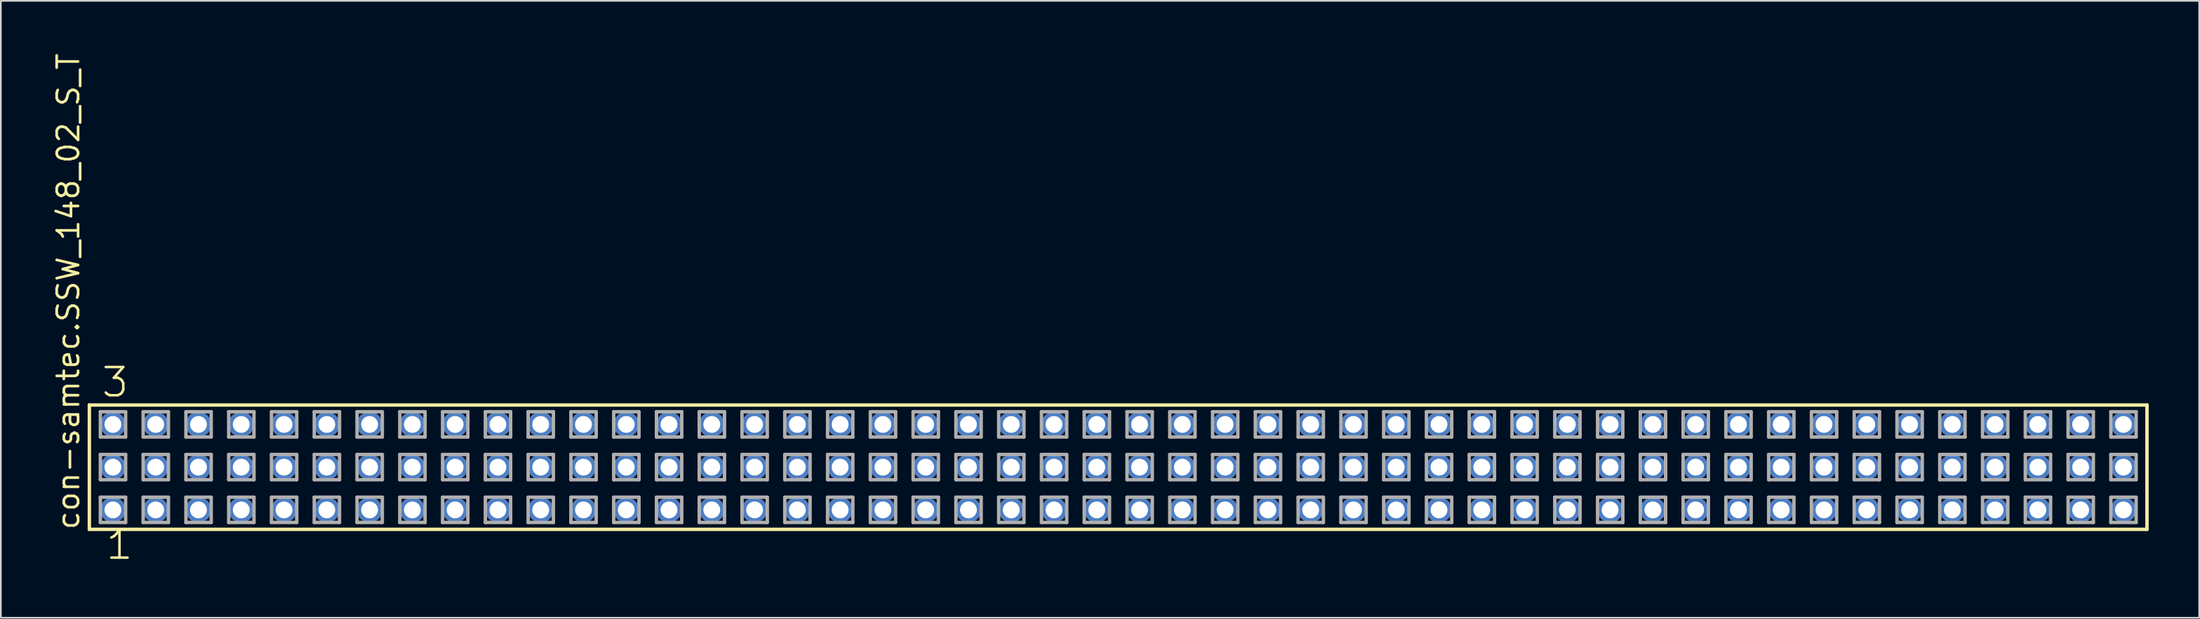
<source format=kicad_pcb>
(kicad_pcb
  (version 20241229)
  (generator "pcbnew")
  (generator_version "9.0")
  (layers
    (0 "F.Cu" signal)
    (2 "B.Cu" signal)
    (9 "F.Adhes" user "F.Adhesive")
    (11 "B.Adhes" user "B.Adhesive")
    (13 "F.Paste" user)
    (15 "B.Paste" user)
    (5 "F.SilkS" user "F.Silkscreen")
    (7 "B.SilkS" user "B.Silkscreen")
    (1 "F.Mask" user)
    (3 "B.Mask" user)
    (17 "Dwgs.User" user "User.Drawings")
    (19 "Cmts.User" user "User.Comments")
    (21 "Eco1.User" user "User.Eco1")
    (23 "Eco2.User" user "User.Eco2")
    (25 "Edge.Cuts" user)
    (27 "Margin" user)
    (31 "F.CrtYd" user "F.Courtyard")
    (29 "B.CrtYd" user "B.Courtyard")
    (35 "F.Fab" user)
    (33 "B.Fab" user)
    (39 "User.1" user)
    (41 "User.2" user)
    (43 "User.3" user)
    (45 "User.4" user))
  (footprint "con-samtec.SSW_148_02_S_T"
    (layer "F.Cu")
    (at 63.345 24.719)
    (property "Reference" "con-samtec.SSW_148_02_S_T" (at -61.595 3.81 90) (layer "F.SilkS") (effects (font (size 1.27 1.27) (thickness 0.16)) (justify left bottom)))
    (attr through_hole)
    (fp_line (start -61.089 -3.695) (end 61.089 -3.695) (stroke (width 0.203) (type default)) (layer "F.SilkS"))
    (fp_line (start -61.089 3.695) (end -61.089 -3.695) (stroke (width 0.203) (type default)) (layer "F.SilkS"))
    (fp_line (start 61.089 -3.695) (end 61.089 3.695) (stroke (width 0.203) (type default)) (layer "F.SilkS"))
    (fp_line (start 61.089 3.695) (end -61.089 3.695) (stroke (width 0.203) (type default)) (layer "F.SilkS"))
    (fp_line (start -60.435 -3.295) (end -58.935 -3.295) (stroke (width 0.203) (type default)) (layer "F.Fab"))
    (fp_line (start -60.435 -1.795) (end -60.435 -3.295) (stroke (width 0.203) (type default)) (layer "F.Fab"))
    (fp_line (start -60.435 -0.755) (end -58.935 -0.755) (stroke (width 0.203) (type default)) (layer "F.Fab"))
    (fp_line (start -60.435 0.745) (end -60.435 -0.755) (stroke (width 0.203) (type default)) (layer "F.Fab"))
    (fp_line (start -60.435 1.785) (end -58.935 1.785) (stroke (width 0.203) (type default)) (layer "F.Fab"))
    (fp_line (start -60.435 3.285) (end -60.435 1.785) (stroke (width 0.203) (type default)) (layer "F.Fab"))
    (fp_line (start -58.935 -3.295) (end -58.935 -1.795) (stroke (width 0.203) (type default)) (layer "F.Fab"))
    (fp_line (start -58.935 -1.795) (end -60.435 -1.795) (stroke (width 0.203) (type default)) (layer "F.Fab"))
    (fp_line (start -58.935 -0.755) (end -58.935 0.745) (stroke (width 0.203) (type default)) (layer "F.Fab"))
    (fp_line (start -58.935 0.745) (end -60.435 0.745) (stroke (width 0.203) (type default)) (layer "F.Fab"))
    (fp_line (start -58.935 1.785) (end -58.935 3.285) (stroke (width 0.203) (type default)) (layer "F.Fab"))
    (fp_line (start -58.935 3.285) (end -60.435 3.285) (stroke (width 0.203) (type default)) (layer "F.Fab"))
    (fp_line (start -57.895 -3.295) (end -56.395 -3.295) (stroke (width 0.203) (type default)) (layer "F.Fab"))
    (fp_line (start -57.895 -1.795) (end -57.895 -3.295) (stroke (width 0.203) (type default)) (layer "F.Fab"))
    (fp_line (start -57.895 -0.755) (end -56.395 -0.755) (stroke (width 0.203) (type default)) (layer "F.Fab"))
    (fp_line (start -57.895 0.745) (end -57.895 -0.755) (stroke (width 0.203) (type default)) (layer "F.Fab"))
    (fp_line (start -57.895 1.785) (end -56.395 1.785) (stroke (width 0.203) (type default)) (layer "F.Fab"))
    (fp_line (start -57.895 3.285) (end -57.895 1.785) (stroke (width 0.203) (type default)) (layer "F.Fab"))
    (fp_line (start -56.395 -3.295) (end -56.395 -1.795) (stroke (width 0.203) (type default)) (layer "F.Fab"))
    (fp_line (start -56.395 -1.795) (end -57.895 -1.795) (stroke (width 0.203) (type default)) (layer "F.Fab"))
    (fp_line (start -56.395 -0.755) (end -56.395 0.745) (stroke (width 0.203) (type default)) (layer "F.Fab"))
    (fp_line (start -56.395 0.745) (end -57.895 0.745) (stroke (width 0.203) (type default)) (layer "F.Fab"))
    (fp_line (start -56.395 1.785) (end -56.395 3.285) (stroke (width 0.203) (type default)) (layer "F.Fab"))
    (fp_line (start -56.395 3.285) (end -57.895 3.285) (stroke (width 0.203) (type default)) (layer "F.Fab"))
    (fp_line (start -55.355 -3.295) (end -53.855 -3.295) (stroke (width 0.203) (type default)) (layer "F.Fab"))
    (fp_line (start -55.355 -1.795) (end -55.355 -3.295) (stroke (width 0.203) (type default)) (layer "F.Fab"))
    (fp_line (start -55.355 -0.755) (end -53.855 -0.755) (stroke (width 0.203) (type default)) (layer "F.Fab"))
    (fp_line (start -55.355 0.745) (end -55.355 -0.755) (stroke (width 0.203) (type default)) (layer "F.Fab"))
    (fp_line (start -55.355 1.785) (end -53.855 1.785) (stroke (width 0.203) (type default)) (layer "F.Fab"))
    (fp_line (start -55.355 3.285) (end -55.355 1.785) (stroke (width 0.203) (type default)) (layer "F.Fab"))
    (fp_line (start -53.855 -3.295) (end -53.855 -1.795) (stroke (width 0.203) (type default)) (layer "F.Fab"))
    (fp_line (start -53.855 -1.795) (end -55.355 -1.795) (stroke (width 0.203) (type default)) (layer "F.Fab"))
    (fp_line (start -53.855 -0.755) (end -53.855 0.745) (stroke (width 0.203) (type default)) (layer "F.Fab"))
    (fp_line (start -53.855 0.745) (end -55.355 0.745) (stroke (width 0.203) (type default)) (layer "F.Fab"))
    (fp_line (start -53.855 1.785) (end -53.855 3.285) (stroke (width 0.203) (type default)) (layer "F.Fab"))
    (fp_line (start -53.855 3.285) (end -55.355 3.285) (stroke (width 0.203) (type default)) (layer "F.Fab"))
    (fp_line (start -52.815 -3.295) (end -51.315 -3.295) (stroke (width 0.203) (type default)) (layer "F.Fab"))
    (fp_line (start -52.815 -1.795) (end -52.815 -3.295) (stroke (width 0.203) (type default)) (layer "F.Fab"))
    (fp_line (start -52.815 -0.755) (end -51.315 -0.755) (stroke (width 0.203) (type default)) (layer "F.Fab"))
    (fp_line (start -52.815 0.745) (end -52.815 -0.755) (stroke (width 0.203) (type default)) (layer "F.Fab"))
    (fp_line (start -52.815 1.785) (end -51.315 1.785) (stroke (width 0.203) (type default)) (layer "F.Fab"))
    (fp_line (start -52.815 3.285) (end -52.815 1.785) (stroke (width 0.203) (type default)) (layer "F.Fab"))
    (fp_line (start -51.315 -3.295) (end -51.315 -1.795) (stroke (width 0.203) (type default)) (layer "F.Fab"))
    (fp_line (start -51.315 -1.795) (end -52.815 -1.795) (stroke (width 0.203) (type default)) (layer "F.Fab"))
    (fp_line (start -51.315 -0.755) (end -51.315 0.745) (stroke (width 0.203) (type default)) (layer "F.Fab"))
    (fp_line (start -51.315 0.745) (end -52.815 0.745) (stroke (width 0.203) (type default)) (layer "F.Fab"))
    (fp_line (start -51.315 1.785) (end -51.315 3.285) (stroke (width 0.203) (type default)) (layer "F.Fab"))
    (fp_line (start -51.315 3.285) (end -52.815 3.285) (stroke (width 0.203) (type default)) (layer "F.Fab"))
    (fp_line (start -50.275 -3.295) (end -48.775 -3.295) (stroke (width 0.203) (type default)) (layer "F.Fab"))
    (fp_line (start -50.275 -1.795) (end -50.275 -3.295) (stroke (width 0.203) (type default)) (layer "F.Fab"))
    (fp_line (start -50.275 -0.755) (end -48.775 -0.755) (stroke (width 0.203) (type default)) (layer "F.Fab"))
    (fp_line (start -50.275 0.745) (end -50.275 -0.755) (stroke (width 0.203) (type default)) (layer "F.Fab"))
    (fp_line (start -50.275 1.785) (end -48.775 1.785) (stroke (width 0.203) (type default)) (layer "F.Fab"))
    (fp_line (start -50.275 3.285) (end -50.275 1.785) (stroke (width 0.203) (type default)) (layer "F.Fab"))
    (fp_line (start -48.775 -3.295) (end -48.775 -1.795) (stroke (width 0.203) (type default)) (layer "F.Fab"))
    (fp_line (start -48.775 -1.795) (end -50.275 -1.795) (stroke (width 0.203) (type default)) (layer "F.Fab"))
    (fp_line (start -48.775 -0.755) (end -48.775 0.745) (stroke (width 0.203) (type default)) (layer "F.Fab"))
    (fp_line (start -48.775 0.745) (end -50.275 0.745) (stroke (width 0.203) (type default)) (layer "F.Fab"))
    (fp_line (start -48.775 1.785) (end -48.775 3.285) (stroke (width 0.203) (type default)) (layer "F.Fab"))
    (fp_line (start -48.775 3.285) (end -50.275 3.285) (stroke (width 0.203) (type default)) (layer "F.Fab"))
    (fp_line (start -47.735 -3.295) (end -46.235 -3.295) (stroke (width 0.203) (type default)) (layer "F.Fab"))
    (fp_line (start -47.735 -1.795) (end -47.735 -3.295) (stroke (width 0.203) (type default)) (layer "F.Fab"))
    (fp_line (start -47.735 -0.755) (end -46.235 -0.755) (stroke (width 0.203) (type default)) (layer "F.Fab"))
    (fp_line (start -47.735 0.745) (end -47.735 -0.755) (stroke (width 0.203) (type default)) (layer "F.Fab"))
    (fp_line (start -47.735 1.785) (end -46.235 1.785) (stroke (width 0.203) (type default)) (layer "F.Fab"))
    (fp_line (start -47.735 3.285) (end -47.735 1.785) (stroke (width 0.203) (type default)) (layer "F.Fab"))
    (fp_line (start -46.235 -3.295) (end -46.235 -1.795) (stroke (width 0.203) (type default)) (layer "F.Fab"))
    (fp_line (start -46.235 -1.795) (end -47.735 -1.795) (stroke (width 0.203) (type default)) (layer "F.Fab"))
    (fp_line (start -46.235 -0.755) (end -46.235 0.745) (stroke (width 0.203) (type default)) (layer "F.Fab"))
    (fp_line (start -46.235 0.745) (end -47.735 0.745) (stroke (width 0.203) (type default)) (layer "F.Fab"))
    (fp_line (start -46.235 1.785) (end -46.235 3.285) (stroke (width 0.203) (type default)) (layer "F.Fab"))
    (fp_line (start -46.235 3.285) (end -47.735 3.285) (stroke (width 0.203) (type default)) (layer "F.Fab"))
    (fp_line (start -45.195 -3.295) (end -43.695 -3.295) (stroke (width 0.203) (type default)) (layer "F.Fab"))
    (fp_line (start -45.195 -1.795) (end -45.195 -3.295) (stroke (width 0.203) (type default)) (layer "F.Fab"))
    (fp_line (start -45.195 -0.755) (end -43.695 -0.755) (stroke (width 0.203) (type default)) (layer "F.Fab"))
    (fp_line (start -45.195 0.745) (end -45.195 -0.755) (stroke (width 0.203) (type default)) (layer "F.Fab"))
    (fp_line (start -45.195 1.785) (end -43.695 1.785) (stroke (width 0.203) (type default)) (layer "F.Fab"))
    (fp_line (start -45.195 3.285) (end -45.195 1.785) (stroke (width 0.203) (type default)) (layer "F.Fab"))
    (fp_line (start -43.695 -3.295) (end -43.695 -1.795) (stroke (width 0.203) (type default)) (layer "F.Fab"))
    (fp_line (start -43.695 -1.795) (end -45.195 -1.795) (stroke (width 0.203) (type default)) (layer "F.Fab"))
    (fp_line (start -43.695 -0.755) (end -43.695 0.745) (stroke (width 0.203) (type default)) (layer "F.Fab"))
    (fp_line (start -43.695 0.745) (end -45.195 0.745) (stroke (width 0.203) (type default)) (layer "F.Fab"))
    (fp_line (start -43.695 1.785) (end -43.695 3.285) (stroke (width 0.203) (type default)) (layer "F.Fab"))
    (fp_line (start -43.695 3.285) (end -45.195 3.285) (stroke (width 0.203) (type default)) (layer "F.Fab"))
    (fp_line (start -42.655 -3.295) (end -41.155 -3.295) (stroke (width 0.203) (type default)) (layer "F.Fab"))
    (fp_line (start -42.655 -1.795) (end -42.655 -3.295) (stroke (width 0.203) (type default)) (layer "F.Fab"))
    (fp_line (start -42.655 -0.755) (end -41.155 -0.755) (stroke (width 0.203) (type default)) (layer "F.Fab"))
    (fp_line (start -42.655 0.745) (end -42.655 -0.755) (stroke (width 0.203) (type default)) (layer "F.Fab"))
    (fp_line (start -42.655 1.785) (end -41.155 1.785) (stroke (width 0.203) (type default)) (layer "F.Fab"))
    (fp_line (start -42.655 3.285) (end -42.655 1.785) (stroke (width 0.203) (type default)) (layer "F.Fab"))
    (fp_line (start -41.155 -3.295) (end -41.155 -1.795) (stroke (width 0.203) (type default)) (layer "F.Fab"))
    (fp_line (start -41.155 -1.795) (end -42.655 -1.795) (stroke (width 0.203) (type default)) (layer "F.Fab"))
    (fp_line (start -41.155 -0.755) (end -41.155 0.745) (stroke (width 0.203) (type default)) (layer "F.Fab"))
    (fp_line (start -41.155 0.745) (end -42.655 0.745) (stroke (width 0.203) (type default)) (layer "F.Fab"))
    (fp_line (start -41.155 1.785) (end -41.155 3.285) (stroke (width 0.203) (type default)) (layer "F.Fab"))
    (fp_line (start -41.155 3.285) (end -42.655 3.285) (stroke (width 0.203) (type default)) (layer "F.Fab"))
    (fp_line (start -40.115 -3.295) (end -38.615 -3.295) (stroke (width 0.203) (type default)) (layer "F.Fab"))
    (fp_line (start -40.115 -1.795) (end -40.115 -3.295) (stroke (width 0.203) (type default)) (layer "F.Fab"))
    (fp_line (start -40.115 -0.755) (end -38.615 -0.755) (stroke (width 0.203) (type default)) (layer "F.Fab"))
    (fp_line (start -40.115 0.745) (end -40.115 -0.755) (stroke (width 0.203) (type default)) (layer "F.Fab"))
    (fp_line (start -40.115 1.785) (end -38.615 1.785) (stroke (width 0.203) (type default)) (layer "F.Fab"))
    (fp_line (start -40.115 3.285) (end -40.115 1.785) (stroke (width 0.203) (type default)) (layer "F.Fab"))
    (fp_line (start -38.615 -3.295) (end -38.615 -1.795) (stroke (width 0.203) (type default)) (layer "F.Fab"))
    (fp_line (start -38.615 -1.795) (end -40.115 -1.795) (stroke (width 0.203) (type default)) (layer "F.Fab"))
    (fp_line (start -38.615 -0.755) (end -38.615 0.745) (stroke (width 0.203) (type default)) (layer "F.Fab"))
    (fp_line (start -38.615 0.745) (end -40.115 0.745) (stroke (width 0.203) (type default)) (layer "F.Fab"))
    (fp_line (start -38.615 1.785) (end -38.615 3.285) (stroke (width 0.203) (type default)) (layer "F.Fab"))
    (fp_line (start -38.615 3.285) (end -40.115 3.285) (stroke (width 0.203) (type default)) (layer "F.Fab"))
    (fp_line (start -37.575 -3.295) (end -36.075 -3.295) (stroke (width 0.203) (type default)) (layer "F.Fab"))
    (fp_line (start -37.575 -1.795) (end -37.575 -3.295) (stroke (width 0.203) (type default)) (layer "F.Fab"))
    (fp_line (start -37.575 -0.755) (end -36.075 -0.755) (stroke (width 0.203) (type default)) (layer "F.Fab"))
    (fp_line (start -37.575 0.745) (end -37.575 -0.755) (stroke (width 0.203) (type default)) (layer "F.Fab"))
    (fp_line (start -37.575 1.785) (end -36.075 1.785) (stroke (width 0.203) (type default)) (layer "F.Fab"))
    (fp_line (start -37.575 3.285) (end -37.575 1.785) (stroke (width 0.203) (type default)) (layer "F.Fab"))
    (fp_line (start -36.075 -3.295) (end -36.075 -1.795) (stroke (width 0.203) (type default)) (layer "F.Fab"))
    (fp_line (start -36.075 -1.795) (end -37.575 -1.795) (stroke (width 0.203) (type default)) (layer "F.Fab"))
    (fp_line (start -36.075 -0.755) (end -36.075 0.745) (stroke (width 0.203) (type default)) (layer "F.Fab"))
    (fp_line (start -36.075 0.745) (end -37.575 0.745) (stroke (width 0.203) (type default)) (layer "F.Fab"))
    (fp_line (start -36.075 1.785) (end -36.075 3.285) (stroke (width 0.203) (type default)) (layer "F.Fab"))
    (fp_line (start -36.075 3.285) (end -37.575 3.285) (stroke (width 0.203) (type default)) (layer "F.Fab"))
    (fp_line (start -35.035 -3.295) (end -33.535 -3.295) (stroke (width 0.203) (type default)) (layer "F.Fab"))
    (fp_line (start -35.035 -1.795) (end -35.035 -3.295) (stroke (width 0.203) (type default)) (layer "F.Fab"))
    (fp_line (start -35.035 -0.755) (end -33.535 -0.755) (stroke (width 0.203) (type default)) (layer "F.Fab"))
    (fp_line (start -35.035 0.745) (end -35.035 -0.755) (stroke (width 0.203) (type default)) (layer "F.Fab"))
    (fp_line (start -35.035 1.785) (end -33.535 1.785) (stroke (width 0.203) (type default)) (layer "F.Fab"))
    (fp_line (start -35.035 3.285) (end -35.035 1.785) (stroke (width 0.203) (type default)) (layer "F.Fab"))
    (fp_line (start -33.535 -3.295) (end -33.535 -1.795) (stroke (width 0.203) (type default)) (layer "F.Fab"))
    (fp_line (start -33.535 -1.795) (end -35.035 -1.795) (stroke (width 0.203) (type default)) (layer "F.Fab"))
    (fp_line (start -33.535 -0.755) (end -33.535 0.745) (stroke (width 0.203) (type default)) (layer "F.Fab"))
    (fp_line (start -33.535 0.745) (end -35.035 0.745) (stroke (width 0.203) (type default)) (layer "F.Fab"))
    (fp_line (start -33.535 1.785) (end -33.535 3.285) (stroke (width 0.203) (type default)) (layer "F.Fab"))
    (fp_line (start -33.535 3.285) (end -35.035 3.285) (stroke (width 0.203) (type default)) (layer "F.Fab"))
    (fp_line (start -32.495 -3.295) (end -30.995 -3.295) (stroke (width 0.203) (type default)) (layer "F.Fab"))
    (fp_line (start -32.495 -1.795) (end -32.495 -3.295) (stroke (width 0.203) (type default)) (layer "F.Fab"))
    (fp_line (start -32.495 -0.755) (end -30.995 -0.755) (stroke (width 0.203) (type default)) (layer "F.Fab"))
    (fp_line (start -32.495 0.745) (end -32.495 -0.755) (stroke (width 0.203) (type default)) (layer "F.Fab"))
    (fp_line (start -32.495 1.785) (end -30.995 1.785) (stroke (width 0.203) (type default)) (layer "F.Fab"))
    (fp_line (start -32.495 3.285) (end -32.495 1.785) (stroke (width 0.203) (type default)) (layer "F.Fab"))
    (fp_line (start -30.995 -3.295) (end -30.995 -1.795) (stroke (width 0.203) (type default)) (layer "F.Fab"))
    (fp_line (start -30.995 -1.795) (end -32.495 -1.795) (stroke (width 0.203) (type default)) (layer "F.Fab"))
    (fp_line (start -30.995 -0.755) (end -30.995 0.745) (stroke (width 0.203) (type default)) (layer "F.Fab"))
    (fp_line (start -30.995 0.745) (end -32.495 0.745) (stroke (width 0.203) (type default)) (layer "F.Fab"))
    (fp_line (start -30.995 1.785) (end -30.995 3.285) (stroke (width 0.203) (type default)) (layer "F.Fab"))
    (fp_line (start -30.995 3.285) (end -32.495 3.285) (stroke (width 0.203) (type default)) (layer "F.Fab"))
    (fp_line (start -29.955 -3.295) (end -28.455 -3.295) (stroke (width 0.203) (type default)) (layer "F.Fab"))
    (fp_line (start -29.955 -1.795) (end -29.955 -3.295) (stroke (width 0.203) (type default)) (layer "F.Fab"))
    (fp_line (start -29.955 -0.755) (end -28.455 -0.755) (stroke (width 0.203) (type default)) (layer "F.Fab"))
    (fp_line (start -29.955 0.745) (end -29.955 -0.755) (stroke (width 0.203) (type default)) (layer "F.Fab"))
    (fp_line (start -29.955 1.785) (end -28.455 1.785) (stroke (width 0.203) (type default)) (layer "F.Fab"))
    (fp_line (start -29.955 3.285) (end -29.955 1.785) (stroke (width 0.203) (type default)) (layer "F.Fab"))
    (fp_line (start -28.455 -3.295) (end -28.455 -1.795) (stroke (width 0.203) (type default)) (layer "F.Fab"))
    (fp_line (start -28.455 -1.795) (end -29.955 -1.795) (stroke (width 0.203) (type default)) (layer "F.Fab"))
    (fp_line (start -28.455 -0.755) (end -28.455 0.745) (stroke (width 0.203) (type default)) (layer "F.Fab"))
    (fp_line (start -28.455 0.745) (end -29.955 0.745) (stroke (width 0.203) (type default)) (layer "F.Fab"))
    (fp_line (start -28.455 1.785) (end -28.455 3.285) (stroke (width 0.203) (type default)) (layer "F.Fab"))
    (fp_line (start -28.455 3.285) (end -29.955 3.285) (stroke (width 0.203) (type default)) (layer "F.Fab"))
    (fp_line (start -27.415 -3.295) (end -25.915 -3.295) (stroke (width 0.203) (type default)) (layer "F.Fab"))
    (fp_line (start -27.415 -1.795) (end -27.415 -3.295) (stroke (width 0.203) (type default)) (layer "F.Fab"))
    (fp_line (start -27.415 -0.755) (end -25.915 -0.755) (stroke (width 0.203) (type default)) (layer "F.Fab"))
    (fp_line (start -27.415 0.745) (end -27.415 -0.755) (stroke (width 0.203) (type default)) (layer "F.Fab"))
    (fp_line (start -27.415 1.785) (end -25.915 1.785) (stroke (width 0.203) (type default)) (layer "F.Fab"))
    (fp_line (start -27.415 3.285) (end -27.415 1.785) (stroke (width 0.203) (type default)) (layer "F.Fab"))
    (fp_line (start -25.915 -3.295) (end -25.915 -1.795) (stroke (width 0.203) (type default)) (layer "F.Fab"))
    (fp_line (start -25.915 -1.795) (end -27.415 -1.795) (stroke (width 0.203) (type default)) (layer "F.Fab"))
    (fp_line (start -25.915 -0.755) (end -25.915 0.745) (stroke (width 0.203) (type default)) (layer "F.Fab"))
    (fp_line (start -25.915 0.745) (end -27.415 0.745) (stroke (width 0.203) (type default)) (layer "F.Fab"))
    (fp_line (start -25.915 1.785) (end -25.915 3.285) (stroke (width 0.203) (type default)) (layer "F.Fab"))
    (fp_line (start -25.915 3.285) (end -27.415 3.285) (stroke (width 0.203) (type default)) (layer "F.Fab"))
    (fp_line (start -24.875 -3.295) (end -23.375 -3.295) (stroke (width 0.203) (type default)) (layer "F.Fab"))
    (fp_line (start -24.875 -1.795) (end -24.875 -3.295) (stroke (width 0.203) (type default)) (layer "F.Fab"))
    (fp_line (start -24.875 -0.755) (end -23.375 -0.755) (stroke (width 0.203) (type default)) (layer "F.Fab"))
    (fp_line (start -24.875 0.745) (end -24.875 -0.755) (stroke (width 0.203) (type default)) (layer "F.Fab"))
    (fp_line (start -24.875 1.785) (end -23.375 1.785) (stroke (width 0.203) (type default)) (layer "F.Fab"))
    (fp_line (start -24.875 3.285) (end -24.875 1.785) (stroke (width 0.203) (type default)) (layer "F.Fab"))
    (fp_line (start -23.375 -3.295) (end -23.375 -1.795) (stroke (width 0.203) (type default)) (layer "F.Fab"))
    (fp_line (start -23.375 -1.795) (end -24.875 -1.795) (stroke (width 0.203) (type default)) (layer "F.Fab"))
    (fp_line (start -23.375 -0.755) (end -23.375 0.745) (stroke (width 0.203) (type default)) (layer "F.Fab"))
    (fp_line (start -23.375 0.745) (end -24.875 0.745) (stroke (width 0.203) (type default)) (layer "F.Fab"))
    (fp_line (start -23.375 1.785) (end -23.375 3.285) (stroke (width 0.203) (type default)) (layer "F.Fab"))
    (fp_line (start -23.375 3.285) (end -24.875 3.285) (stroke (width 0.203) (type default)) (layer "F.Fab"))
    (fp_line (start -22.335 -3.295) (end -20.835 -3.295) (stroke (width 0.203) (type default)) (layer "F.Fab"))
    (fp_line (start -22.335 -1.795) (end -22.335 -3.295) (stroke (width 0.203) (type default)) (layer "F.Fab"))
    (fp_line (start -22.335 -0.755) (end -20.835 -0.755) (stroke (width 0.203) (type default)) (layer "F.Fab"))
    (fp_line (start -22.335 0.745) (end -22.335 -0.755) (stroke (width 0.203) (type default)) (layer "F.Fab"))
    (fp_line (start -22.335 1.785) (end -20.835 1.785) (stroke (width 0.203) (type default)) (layer "F.Fab"))
    (fp_line (start -22.335 3.285) (end -22.335 1.785) (stroke (width 0.203) (type default)) (layer "F.Fab"))
    (fp_line (start -20.835 -3.295) (end -20.835 -1.795) (stroke (width 0.203) (type default)) (layer "F.Fab"))
    (fp_line (start -20.835 -1.795) (end -22.335 -1.795) (stroke (width 0.203) (type default)) (layer "F.Fab"))
    (fp_line (start -20.835 -0.755) (end -20.835 0.745) (stroke (width 0.203) (type default)) (layer "F.Fab"))
    (fp_line (start -20.835 0.745) (end -22.335 0.745) (stroke (width 0.203) (type default)) (layer "F.Fab"))
    (fp_line (start -20.835 1.785) (end -20.835 3.285) (stroke (width 0.203) (type default)) (layer "F.Fab"))
    (fp_line (start -20.835 3.285) (end -22.335 3.285) (stroke (width 0.203) (type default)) (layer "F.Fab"))
    (fp_line (start -19.795 -3.295) (end -18.295 -3.295) (stroke (width 0.203) (type default)) (layer "F.Fab"))
    (fp_line (start -19.795 -1.795) (end -19.795 -3.295) (stroke (width 0.203) (type default)) (layer "F.Fab"))
    (fp_line (start -19.795 -0.755) (end -18.295 -0.755) (stroke (width 0.203) (type default)) (layer "F.Fab"))
    (fp_line (start -19.795 0.745) (end -19.795 -0.755) (stroke (width 0.203) (type default)) (layer "F.Fab"))
    (fp_line (start -19.795 1.785) (end -18.295 1.785) (stroke (width 0.203) (type default)) (layer "F.Fab"))
    (fp_line (start -19.795 3.285) (end -19.795 1.785) (stroke (width 0.203) (type default)) (layer "F.Fab"))
    (fp_line (start -18.295 -3.295) (end -18.295 -1.795) (stroke (width 0.203) (type default)) (layer "F.Fab"))
    (fp_line (start -18.295 -1.795) (end -19.795 -1.795) (stroke (width 0.203) (type default)) (layer "F.Fab"))
    (fp_line (start -18.295 -0.755) (end -18.295 0.745) (stroke (width 0.203) (type default)) (layer "F.Fab"))
    (fp_line (start -18.295 0.745) (end -19.795 0.745) (stroke (width 0.203) (type default)) (layer "F.Fab"))
    (fp_line (start -18.295 1.785) (end -18.295 3.285) (stroke (width 0.203) (type default)) (layer "F.Fab"))
    (fp_line (start -18.295 3.285) (end -19.795 3.285) (stroke (width 0.203) (type default)) (layer "F.Fab"))
    (fp_line (start -17.255 -3.295) (end -15.755 -3.295) (stroke (width 0.203) (type default)) (layer "F.Fab"))
    (fp_line (start -17.255 -1.795) (end -17.255 -3.295) (stroke (width 0.203) (type default)) (layer "F.Fab"))
    (fp_line (start -17.255 -0.755) (end -15.755 -0.755) (stroke (width 0.203) (type default)) (layer "F.Fab"))
    (fp_line (start -17.255 0.745) (end -17.255 -0.755) (stroke (width 0.203) (type default)) (layer "F.Fab"))
    (fp_line (start -17.255 1.785) (end -15.755 1.785) (stroke (width 0.203) (type default)) (layer "F.Fab"))
    (fp_line (start -17.255 3.285) (end -17.255 1.785) (stroke (width 0.203) (type default)) (layer "F.Fab"))
    (fp_line (start -15.755 -3.295) (end -15.755 -1.795) (stroke (width 0.203) (type default)) (layer "F.Fab"))
    (fp_line (start -15.755 -1.795) (end -17.255 -1.795) (stroke (width 0.203) (type default)) (layer "F.Fab"))
    (fp_line (start -15.755 -0.755) (end -15.755 0.745) (stroke (width 0.203) (type default)) (layer "F.Fab"))
    (fp_line (start -15.755 0.745) (end -17.255 0.745) (stroke (width 0.203) (type default)) (layer "F.Fab"))
    (fp_line (start -15.755 1.785) (end -15.755 3.285) (stroke (width 0.203) (type default)) (layer "F.Fab"))
    (fp_line (start -15.755 3.285) (end -17.255 3.285) (stroke (width 0.203) (type default)) (layer "F.Fab"))
    (fp_line (start -14.715 -3.295) (end -13.215 -3.295) (stroke (width 0.203) (type default)) (layer "F.Fab"))
    (fp_line (start -14.715 -1.795) (end -14.715 -3.295) (stroke (width 0.203) (type default)) (layer "F.Fab"))
    (fp_line (start -14.715 -0.755) (end -13.215 -0.755) (stroke (width 0.203) (type default)) (layer "F.Fab"))
    (fp_line (start -14.715 0.745) (end -14.715 -0.755) (stroke (width 0.203) (type default)) (layer "F.Fab"))
    (fp_line (start -14.715 1.785) (end -13.215 1.785) (stroke (width 0.203) (type default)) (layer "F.Fab"))
    (fp_line (start -14.715 3.285) (end -14.715 1.785) (stroke (width 0.203) (type default)) (layer "F.Fab"))
    (fp_line (start -13.215 -3.295) (end -13.215 -1.795) (stroke (width 0.203) (type default)) (layer "F.Fab"))
    (fp_line (start -13.215 -1.795) (end -14.715 -1.795) (stroke (width 0.203) (type default)) (layer "F.Fab"))
    (fp_line (start -13.215 -0.755) (end -13.215 0.745) (stroke (width 0.203) (type default)) (layer "F.Fab"))
    (fp_line (start -13.215 0.745) (end -14.715 0.745) (stroke (width 0.203) (type default)) (layer "F.Fab"))
    (fp_line (start -13.215 1.785) (end -13.215 3.285) (stroke (width 0.203) (type default)) (layer "F.Fab"))
    (fp_line (start -13.215 3.285) (end -14.715 3.285) (stroke (width 0.203) (type default)) (layer "F.Fab"))
    (fp_line (start -12.175 -3.295) (end -10.675 -3.295) (stroke (width 0.203) (type default)) (layer "F.Fab"))
    (fp_line (start -12.175 -1.795) (end -12.175 -3.295) (stroke (width 0.203) (type default)) (layer "F.Fab"))
    (fp_line (start -12.175 -0.755) (end -10.675 -0.755) (stroke (width 0.203) (type default)) (layer "F.Fab"))
    (fp_line (start -12.175 0.745) (end -12.175 -0.755) (stroke (width 0.203) (type default)) (layer "F.Fab"))
    (fp_line (start -12.175 1.785) (end -10.675 1.785) (stroke (width 0.203) (type default)) (layer "F.Fab"))
    (fp_line (start -12.175 3.285) (end -12.175 1.785) (stroke (width 0.203) (type default)) (layer "F.Fab"))
    (fp_line (start -10.675 -3.295) (end -10.675 -1.795) (stroke (width 0.203) (type default)) (layer "F.Fab"))
    (fp_line (start -10.675 -1.795) (end -12.175 -1.795) (stroke (width 0.203) (type default)) (layer "F.Fab"))
    (fp_line (start -10.675 -0.755) (end -10.675 0.745) (stroke (width 0.203) (type default)) (layer "F.Fab"))
    (fp_line (start -10.675 0.745) (end -12.175 0.745) (stroke (width 0.203) (type default)) (layer "F.Fab"))
    (fp_line (start -10.675 1.785) (end -10.675 3.285) (stroke (width 0.203) (type default)) (layer "F.Fab"))
    (fp_line (start -10.675 3.285) (end -12.175 3.285) (stroke (width 0.203) (type default)) (layer "F.Fab"))
    (fp_line (start -9.635 -3.295) (end -8.135 -3.295) (stroke (width 0.203) (type default)) (layer "F.Fab"))
    (fp_line (start -9.635 -1.795) (end -9.635 -3.295) (stroke (width 0.203) (type default)) (layer "F.Fab"))
    (fp_line (start -9.635 -0.755) (end -8.135 -0.755) (stroke (width 0.203) (type default)) (layer "F.Fab"))
    (fp_line (start -9.635 0.745) (end -9.635 -0.755) (stroke (width 0.203) (type default)) (layer "F.Fab"))
    (fp_line (start -9.635 1.785) (end -8.135 1.785) (stroke (width 0.203) (type default)) (layer "F.Fab"))
    (fp_line (start -9.635 3.285) (end -9.635 1.785) (stroke (width 0.203) (type default)) (layer "F.Fab"))
    (fp_line (start -8.135 -3.295) (end -8.135 -1.795) (stroke (width 0.203) (type default)) (layer "F.Fab"))
    (fp_line (start -8.135 -1.795) (end -9.635 -1.795) (stroke (width 0.203) (type default)) (layer "F.Fab"))
    (fp_line (start -8.135 -0.755) (end -8.135 0.745) (stroke (width 0.203) (type default)) (layer "F.Fab"))
    (fp_line (start -8.135 0.745) (end -9.635 0.745) (stroke (width 0.203) (type default)) (layer "F.Fab"))
    (fp_line (start -8.135 1.785) (end -8.135 3.285) (stroke (width 0.203) (type default)) (layer "F.Fab"))
    (fp_line (start -8.135 3.285) (end -9.635 3.285) (stroke (width 0.203) (type default)) (layer "F.Fab"))
    (fp_line (start -7.095 -3.295) (end -5.595 -3.295) (stroke (width 0.203) (type default)) (layer "F.Fab"))
    (fp_line (start -7.095 -1.795) (end -7.095 -3.295) (stroke (width 0.203) (type default)) (layer "F.Fab"))
    (fp_line (start -7.095 -0.755) (end -5.595 -0.755) (stroke (width 0.203) (type default)) (layer "F.Fab"))
    (fp_line (start -7.095 0.745) (end -7.095 -0.755) (stroke (width 0.203) (type default)) (layer "F.Fab"))
    (fp_line (start -7.095 1.785) (end -5.595 1.785) (stroke (width 0.203) (type default)) (layer "F.Fab"))
    (fp_line (start -7.095 3.285) (end -7.095 1.785) (stroke (width 0.203) (type default)) (layer "F.Fab"))
    (fp_line (start -5.595 -3.295) (end -5.595 -1.795) (stroke (width 0.203) (type default)) (layer "F.Fab"))
    (fp_line (start -5.595 -1.795) (end -7.095 -1.795) (stroke (width 0.203) (type default)) (layer "F.Fab"))
    (fp_line (start -5.595 -0.755) (end -5.595 0.745) (stroke (width 0.203) (type default)) (layer "F.Fab"))
    (fp_line (start -5.595 0.745) (end -7.095 0.745) (stroke (width 0.203) (type default)) (layer "F.Fab"))
    (fp_line (start -5.595 1.785) (end -5.595 3.285) (stroke (width 0.203) (type default)) (layer "F.Fab"))
    (fp_line (start -5.595 3.285) (end -7.095 3.285) (stroke (width 0.203) (type default)) (layer "F.Fab"))
    (fp_line (start -4.555 -3.295) (end -3.055 -3.295) (stroke (width 0.203) (type default)) (layer "F.Fab"))
    (fp_line (start -4.555 -1.795) (end -4.555 -3.295) (stroke (width 0.203) (type default)) (layer "F.Fab"))
    (fp_line (start -4.555 -0.755) (end -3.055 -0.755) (stroke (width 0.203) (type default)) (layer "F.Fab"))
    (fp_line (start -4.555 0.745) (end -4.555 -0.755) (stroke (width 0.203) (type default)) (layer "F.Fab"))
    (fp_line (start -4.555 1.785) (end -3.055 1.785) (stroke (width 0.203) (type default)) (layer "F.Fab"))
    (fp_line (start -4.555 3.285) (end -4.555 1.785) (stroke (width 0.203) (type default)) (layer "F.Fab"))
    (fp_line (start -3.055 -3.295) (end -3.055 -1.795) (stroke (width 0.203) (type default)) (layer "F.Fab"))
    (fp_line (start -3.055 -1.795) (end -4.555 -1.795) (stroke (width 0.203) (type default)) (layer "F.Fab"))
    (fp_line (start -3.055 -0.755) (end -3.055 0.745) (stroke (width 0.203) (type default)) (layer "F.Fab"))
    (fp_line (start -3.055 0.745) (end -4.555 0.745) (stroke (width 0.203) (type default)) (layer "F.Fab"))
    (fp_line (start -3.055 1.785) (end -3.055 3.285) (stroke (width 0.203) (type default)) (layer "F.Fab"))
    (fp_line (start -3.055 3.285) (end -4.555 3.285) (stroke (width 0.203) (type default)) (layer "F.Fab"))
    (fp_line (start -2.015 -3.295) (end -0.515 -3.295) (stroke (width 0.203) (type default)) (layer "F.Fab"))
    (fp_line (start -2.015 -1.795) (end -2.015 -3.295) (stroke (width 0.203) (type default)) (layer "F.Fab"))
    (fp_line (start -2.015 -0.755) (end -0.515 -0.755) (stroke (width 0.203) (type default)) (layer "F.Fab"))
    (fp_line (start -2.015 0.745) (end -2.015 -0.755) (stroke (width 0.203) (type default)) (layer "F.Fab"))
    (fp_line (start -2.015 1.785) (end -0.515 1.785) (stroke (width 0.203) (type default)) (layer "F.Fab"))
    (fp_line (start -2.015 3.285) (end -2.015 1.785) (stroke (width 0.203) (type default)) (layer "F.Fab"))
    (fp_line (start -0.515 -3.295) (end -0.515 -1.795) (stroke (width 0.203) (type default)) (layer "F.Fab"))
    (fp_line (start -0.515 -1.795) (end -2.015 -1.795) (stroke (width 0.203) (type default)) (layer "F.Fab"))
    (fp_line (start -0.515 -0.755) (end -0.515 0.745) (stroke (width 0.203) (type default)) (layer "F.Fab"))
    (fp_line (start -0.515 0.745) (end -2.015 0.745) (stroke (width 0.203) (type default)) (layer "F.Fab"))
    (fp_line (start -0.515 1.785) (end -0.515 3.285) (stroke (width 0.203) (type default)) (layer "F.Fab"))
    (fp_line (start -0.515 3.285) (end -2.015 3.285) (stroke (width 0.203) (type default)) (layer "F.Fab"))
    (fp_line (start 0.525 -3.295) (end 2.025 -3.295) (stroke (width 0.203) (type default)) (layer "F.Fab"))
    (fp_line (start 0.525 -1.795) (end 0.525 -3.295) (stroke (width 0.203) (type default)) (layer "F.Fab"))
    (fp_line (start 0.525 -0.755) (end 2.025 -0.755) (stroke (width 0.203) (type default)) (layer "F.Fab"))
    (fp_line (start 0.525 0.745) (end 0.525 -0.755) (stroke (width 0.203) (type default)) (layer "F.Fab"))
    (fp_line (start 0.525 1.785) (end 2.025 1.785) (stroke (width 0.203) (type default)) (layer "F.Fab"))
    (fp_line (start 0.525 3.285) (end 0.525 1.785) (stroke (width 0.203) (type default)) (layer "F.Fab"))
    (fp_line (start 2.025 -3.295) (end 2.025 -1.795) (stroke (width 0.203) (type default)) (layer "F.Fab"))
    (fp_line (start 2.025 -1.795) (end 0.525 -1.795) (stroke (width 0.203) (type default)) (layer "F.Fab"))
    (fp_line (start 2.025 -0.755) (end 2.025 0.745) (stroke (width 0.203) (type default)) (layer "F.Fab"))
    (fp_line (start 2.025 0.745) (end 0.525 0.745) (stroke (width 0.203) (type default)) (layer "F.Fab"))
    (fp_line (start 2.025 1.785) (end 2.025 3.285) (stroke (width 0.203) (type default)) (layer "F.Fab"))
    (fp_line (start 2.025 3.285) (end 0.525 3.285) (stroke (width 0.203) (type default)) (layer "F.Fab"))
    (fp_line (start 3.065 -3.295) (end 4.565 -3.295) (stroke (width 0.203) (type default)) (layer "F.Fab"))
    (fp_line (start 3.065 -1.795) (end 3.065 -3.295) (stroke (width 0.203) (type default)) (layer "F.Fab"))
    (fp_line (start 3.065 -0.755) (end 4.565 -0.755) (stroke (width 0.203) (type default)) (layer "F.Fab"))
    (fp_line (start 3.065 0.745) (end 3.065 -0.755) (stroke (width 0.203) (type default)) (layer "F.Fab"))
    (fp_line (start 3.065 1.785) (end 4.565 1.785) (stroke (width 0.203) (type default)) (layer "F.Fab"))
    (fp_line (start 3.065 3.285) (end 3.065 1.785) (stroke (width 0.203) (type default)) (layer "F.Fab"))
    (fp_line (start 4.565 -3.295) (end 4.565 -1.795) (stroke (width 0.203) (type default)) (layer "F.Fab"))
    (fp_line (start 4.565 -1.795) (end 3.065 -1.795) (stroke (width 0.203) (type default)) (layer "F.Fab"))
    (fp_line (start 4.565 -0.755) (end 4.565 0.745) (stroke (width 0.203) (type default)) (layer "F.Fab"))
    (fp_line (start 4.565 0.745) (end 3.065 0.745) (stroke (width 0.203) (type default)) (layer "F.Fab"))
    (fp_line (start 4.565 1.785) (end 4.565 3.285) (stroke (width 0.203) (type default)) (layer "F.Fab"))
    (fp_line (start 4.565 3.285) (end 3.065 3.285) (stroke (width 0.203) (type default)) (layer "F.Fab"))
    (fp_line (start 5.605 -3.295) (end 7.105 -3.295) (stroke (width 0.203) (type default)) (layer "F.Fab"))
    (fp_line (start 5.605 -1.795) (end 5.605 -3.295) (stroke (width 0.203) (type default)) (layer "F.Fab"))
    (fp_line (start 5.605 -0.755) (end 7.105 -0.755) (stroke (width 0.203) (type default)) (layer "F.Fab"))
    (fp_line (start 5.605 0.745) (end 5.605 -0.755) (stroke (width 0.203) (type default)) (layer "F.Fab"))
    (fp_line (start 5.605 1.785) (end 7.105 1.785) (stroke (width 0.203) (type default)) (layer "F.Fab"))
    (fp_line (start 5.605 3.285) (end 5.605 1.785) (stroke (width 0.203) (type default)) (layer "F.Fab"))
    (fp_line (start 7.105 -3.295) (end 7.105 -1.795) (stroke (width 0.203) (type default)) (layer "F.Fab"))
    (fp_line (start 7.105 -1.795) (end 5.605 -1.795) (stroke (width 0.203) (type default)) (layer "F.Fab"))
    (fp_line (start 7.105 -0.755) (end 7.105 0.745) (stroke (width 0.203) (type default)) (layer "F.Fab"))
    (fp_line (start 7.105 0.745) (end 5.605 0.745) (stroke (width 0.203) (type default)) (layer "F.Fab"))
    (fp_line (start 7.105 1.785) (end 7.105 3.285) (stroke (width 0.203) (type default)) (layer "F.Fab"))
    (fp_line (start 7.105 3.285) (end 5.605 3.285) (stroke (width 0.203) (type default)) (layer "F.Fab"))
    (fp_line (start 8.145 -3.295) (end 9.645 -3.295) (stroke (width 0.203) (type default)) (layer "F.Fab"))
    (fp_line (start 8.145 -1.795) (end 8.145 -3.295) (stroke (width 0.203) (type default)) (layer "F.Fab"))
    (fp_line (start 8.145 -0.755) (end 9.645 -0.755) (stroke (width 0.203) (type default)) (layer "F.Fab"))
    (fp_line (start 8.145 0.745) (end 8.145 -0.755) (stroke (width 0.203) (type default)) (layer "F.Fab"))
    (fp_line (start 8.145 1.785) (end 9.645 1.785) (stroke (width 0.203) (type default)) (layer "F.Fab"))
    (fp_line (start 8.145 3.285) (end 8.145 1.785) (stroke (width 0.203) (type default)) (layer "F.Fab"))
    (fp_line (start 9.645 -3.295) (end 9.645 -1.795) (stroke (width 0.203) (type default)) (layer "F.Fab"))
    (fp_line (start 9.645 -1.795) (end 8.145 -1.795) (stroke (width 0.203) (type default)) (layer "F.Fab"))
    (fp_line (start 9.645 -0.755) (end 9.645 0.745) (stroke (width 0.203) (type default)) (layer "F.Fab"))
    (fp_line (start 9.645 0.745) (end 8.145 0.745) (stroke (width 0.203) (type default)) (layer "F.Fab"))
    (fp_line (start 9.645 1.785) (end 9.645 3.285) (stroke (width 0.203) (type default)) (layer "F.Fab"))
    (fp_line (start 9.645 3.285) (end 8.145 3.285) (stroke (width 0.203) (type default)) (layer "F.Fab"))
    (fp_line (start 10.685 -3.295) (end 12.185 -3.295) (stroke (width 0.203) (type default)) (layer "F.Fab"))
    (fp_line (start 10.685 -1.795) (end 10.685 -3.295) (stroke (width 0.203) (type default)) (layer "F.Fab"))
    (fp_line (start 10.685 -0.755) (end 12.185 -0.755) (stroke (width 0.203) (type default)) (layer "F.Fab"))
    (fp_line (start 10.685 0.745) (end 10.685 -0.755) (stroke (width 0.203) (type default)) (layer "F.Fab"))
    (fp_line (start 10.685 1.785) (end 12.185 1.785) (stroke (width 0.203) (type default)) (layer "F.Fab"))
    (fp_line (start 10.685 3.285) (end 10.685 1.785) (stroke (width 0.203) (type default)) (layer "F.Fab"))
    (fp_line (start 12.185 -3.295) (end 12.185 -1.795) (stroke (width 0.203) (type default)) (layer "F.Fab"))
    (fp_line (start 12.185 -1.795) (end 10.685 -1.795) (stroke (width 0.203) (type default)) (layer "F.Fab"))
    (fp_line (start 12.185 -0.755) (end 12.185 0.745) (stroke (width 0.203) (type default)) (layer "F.Fab"))
    (fp_line (start 12.185 0.745) (end 10.685 0.745) (stroke (width 0.203) (type default)) (layer "F.Fab"))
    (fp_line (start 12.185 1.785) (end 12.185 3.285) (stroke (width 0.203) (type default)) (layer "F.Fab"))
    (fp_line (start 12.185 3.285) (end 10.685 3.285) (stroke (width 0.203) (type default)) (layer "F.Fab"))
    (fp_line (start 13.225 -3.295) (end 14.725 -3.295) (stroke (width 0.203) (type default)) (layer "F.Fab"))
    (fp_line (start 13.225 -1.795) (end 13.225 -3.295) (stroke (width 0.203) (type default)) (layer "F.Fab"))
    (fp_line (start 13.225 -0.755) (end 14.725 -0.755) (stroke (width 0.203) (type default)) (layer "F.Fab"))
    (fp_line (start 13.225 0.745) (end 13.225 -0.755) (stroke (width 0.203) (type default)) (layer "F.Fab"))
    (fp_line (start 13.225 1.785) (end 14.725 1.785) (stroke (width 0.203) (type default)) (layer "F.Fab"))
    (fp_line (start 13.225 3.285) (end 13.225 1.785) (stroke (width 0.203) (type default)) (layer "F.Fab"))
    (fp_line (start 14.725 -3.295) (end 14.725 -1.795) (stroke (width 0.203) (type default)) (layer "F.Fab"))
    (fp_line (start 14.725 -1.795) (end 13.225 -1.795) (stroke (width 0.203) (type default)) (layer "F.Fab"))
    (fp_line (start 14.725 -0.755) (end 14.725 0.745) (stroke (width 0.203) (type default)) (layer "F.Fab"))
    (fp_line (start 14.725 0.745) (end 13.225 0.745) (stroke (width 0.203) (type default)) (layer "F.Fab"))
    (fp_line (start 14.725 1.785) (end 14.725 3.285) (stroke (width 0.203) (type default)) (layer "F.Fab"))
    (fp_line (start 14.725 3.285) (end 13.225 3.285) (stroke (width 0.203) (type default)) (layer "F.Fab"))
    (fp_line (start 15.765 -3.295) (end 17.265 -3.295) (stroke (width 0.203) (type default)) (layer "F.Fab"))
    (fp_line (start 15.765 -1.795) (end 15.765 -3.295) (stroke (width 0.203) (type default)) (layer "F.Fab"))
    (fp_line (start 15.765 -0.755) (end 17.265 -0.755) (stroke (width 0.203) (type default)) (layer "F.Fab"))
    (fp_line (start 15.765 0.745) (end 15.765 -0.755) (stroke (width 0.203) (type default)) (layer "F.Fab"))
    (fp_line (start 15.765 1.785) (end 17.265 1.785) (stroke (width 0.203) (type default)) (layer "F.Fab"))
    (fp_line (start 15.765 3.285) (end 15.765 1.785) (stroke (width 0.203) (type default)) (layer "F.Fab"))
    (fp_line (start 17.265 -3.295) (end 17.265 -1.795) (stroke (width 0.203) (type default)) (layer "F.Fab"))
    (fp_line (start 17.265 -1.795) (end 15.765 -1.795) (stroke (width 0.203) (type default)) (layer "F.Fab"))
    (fp_line (start 17.265 -0.755) (end 17.265 0.745) (stroke (width 0.203) (type default)) (layer "F.Fab"))
    (fp_line (start 17.265 0.745) (end 15.765 0.745) (stroke (width 0.203) (type default)) (layer "F.Fab"))
    (fp_line (start 17.265 1.785) (end 17.265 3.285) (stroke (width 0.203) (type default)) (layer "F.Fab"))
    (fp_line (start 17.265 3.285) (end 15.765 3.285) (stroke (width 0.203) (type default)) (layer "F.Fab"))
    (fp_line (start 18.305 -3.295) (end 19.805 -3.295) (stroke (width 0.203) (type default)) (layer "F.Fab"))
    (fp_line (start 18.305 -1.795) (end 18.305 -3.295) (stroke (width 0.203) (type default)) (layer "F.Fab"))
    (fp_line (start 18.305 -0.755) (end 19.805 -0.755) (stroke (width 0.203) (type default)) (layer "F.Fab"))
    (fp_line (start 18.305 0.745) (end 18.305 -0.755) (stroke (width 0.203) (type default)) (layer "F.Fab"))
    (fp_line (start 18.305 1.785) (end 19.805 1.785) (stroke (width 0.203) (type default)) (layer "F.Fab"))
    (fp_line (start 18.305 3.285) (end 18.305 1.785) (stroke (width 0.203) (type default)) (layer "F.Fab"))
    (fp_line (start 19.805 -3.295) (end 19.805 -1.795) (stroke (width 0.203) (type default)) (layer "F.Fab"))
    (fp_line (start 19.805 -1.795) (end 18.305 -1.795) (stroke (width 0.203) (type default)) (layer "F.Fab"))
    (fp_line (start 19.805 -0.755) (end 19.805 0.745) (stroke (width 0.203) (type default)) (layer "F.Fab"))
    (fp_line (start 19.805 0.745) (end 18.305 0.745) (stroke (width 0.203) (type default)) (layer "F.Fab"))
    (fp_line (start 19.805 1.785) (end 19.805 3.285) (stroke (width 0.203) (type default)) (layer "F.Fab"))
    (fp_line (start 19.805 3.285) (end 18.305 3.285) (stroke (width 0.203) (type default)) (layer "F.Fab"))
    (fp_line (start 20.845 -3.295) (end 22.345 -3.295) (stroke (width 0.203) (type default)) (layer "F.Fab"))
    (fp_line (start 20.845 -1.795) (end 20.845 -3.295) (stroke (width 0.203) (type default)) (layer "F.Fab"))
    (fp_line (start 20.845 -0.755) (end 22.345 -0.755) (stroke (width 0.203) (type default)) (layer "F.Fab"))
    (fp_line (start 20.845 0.745) (end 20.845 -0.755) (stroke (width 0.203) (type default)) (layer "F.Fab"))
    (fp_line (start 20.845 1.785) (end 22.345 1.785) (stroke (width 0.203) (type default)) (layer "F.Fab"))
    (fp_line (start 20.845 3.285) (end 20.845 1.785) (stroke (width 0.203) (type default)) (layer "F.Fab"))
    (fp_line (start 22.345 -3.295) (end 22.345 -1.795) (stroke (width 0.203) (type default)) (layer "F.Fab"))
    (fp_line (start 22.345 -1.795) (end 20.845 -1.795) (stroke (width 0.203) (type default)) (layer "F.Fab"))
    (fp_line (start 22.345 -0.755) (end 22.345 0.745) (stroke (width 0.203) (type default)) (layer "F.Fab"))
    (fp_line (start 22.345 0.745) (end 20.845 0.745) (stroke (width 0.203) (type default)) (layer "F.Fab"))
    (fp_line (start 22.345 1.785) (end 22.345 3.285) (stroke (width 0.203) (type default)) (layer "F.Fab"))
    (fp_line (start 22.345 3.285) (end 20.845 3.285) (stroke (width 0.203) (type default)) (layer "F.Fab"))
    (fp_line (start 23.385 -3.295) (end 24.885 -3.295) (stroke (width 0.203) (type default)) (layer "F.Fab"))
    (fp_line (start 23.385 -1.795) (end 23.385 -3.295) (stroke (width 0.203) (type default)) (layer "F.Fab"))
    (fp_line (start 23.385 -0.755) (end 24.885 -0.755) (stroke (width 0.203) (type default)) (layer "F.Fab"))
    (fp_line (start 23.385 0.745) (end 23.385 -0.755) (stroke (width 0.203) (type default)) (layer "F.Fab"))
    (fp_line (start 23.385 1.785) (end 24.885 1.785) (stroke (width 0.203) (type default)) (layer "F.Fab"))
    (fp_line (start 23.385 3.285) (end 23.385 1.785) (stroke (width 0.203) (type default)) (layer "F.Fab"))
    (fp_line (start 24.885 -3.295) (end 24.885 -1.795) (stroke (width 0.203) (type default)) (layer "F.Fab"))
    (fp_line (start 24.885 -1.795) (end 23.385 -1.795) (stroke (width 0.203) (type default)) (layer "F.Fab"))
    (fp_line (start 24.885 -0.755) (end 24.885 0.745) (stroke (width 0.203) (type default)) (layer "F.Fab"))
    (fp_line (start 24.885 0.745) (end 23.385 0.745) (stroke (width 0.203) (type default)) (layer "F.Fab"))
    (fp_line (start 24.885 1.785) (end 24.885 3.285) (stroke (width 0.203) (type default)) (layer "F.Fab"))
    (fp_line (start 24.885 3.285) (end 23.385 3.285) (stroke (width 0.203) (type default)) (layer "F.Fab"))
    (fp_line (start 25.925 -3.295) (end 27.425 -3.295) (stroke (width 0.203) (type default)) (layer "F.Fab"))
    (fp_line (start 25.925 -1.795) (end 25.925 -3.295) (stroke (width 0.203) (type default)) (layer "F.Fab"))
    (fp_line (start 25.925 -0.755) (end 27.425 -0.755) (stroke (width 0.203) (type default)) (layer "F.Fab"))
    (fp_line (start 25.925 0.745) (end 25.925 -0.755) (stroke (width 0.203) (type default)) (layer "F.Fab"))
    (fp_line (start 25.925 1.785) (end 27.425 1.785) (stroke (width 0.203) (type default)) (layer "F.Fab"))
    (fp_line (start 25.925 3.285) (end 25.925 1.785) (stroke (width 0.203) (type default)) (layer "F.Fab"))
    (fp_line (start 27.425 -3.295) (end 27.425 -1.795) (stroke (width 0.203) (type default)) (layer "F.Fab"))
    (fp_line (start 27.425 -1.795) (end 25.925 -1.795) (stroke (width 0.203) (type default)) (layer "F.Fab"))
    (fp_line (start 27.425 -0.755) (end 27.425 0.745) (stroke (width 0.203) (type default)) (layer "F.Fab"))
    (fp_line (start 27.425 0.745) (end 25.925 0.745) (stroke (width 0.203) (type default)) (layer "F.Fab"))
    (fp_line (start 27.425 1.785) (end 27.425 3.285) (stroke (width 0.203) (type default)) (layer "F.Fab"))
    (fp_line (start 27.425 3.285) (end 25.925 3.285) (stroke (width 0.203) (type default)) (layer "F.Fab"))
    (fp_line (start 28.465 -3.295) (end 29.965 -3.295) (stroke (width 0.203) (type default)) (layer "F.Fab"))
    (fp_line (start 28.465 -1.795) (end 28.465 -3.295) (stroke (width 0.203) (type default)) (layer "F.Fab"))
    (fp_line (start 28.465 -0.755) (end 29.965 -0.755) (stroke (width 0.203) (type default)) (layer "F.Fab"))
    (fp_line (start 28.465 0.745) (end 28.465 -0.755) (stroke (width 0.203) (type default)) (layer "F.Fab"))
    (fp_line (start 28.465 1.785) (end 29.965 1.785) (stroke (width 0.203) (type default)) (layer "F.Fab"))
    (fp_line (start 28.465 3.285) (end 28.465 1.785) (stroke (width 0.203) (type default)) (layer "F.Fab"))
    (fp_line (start 29.965 -3.295) (end 29.965 -1.795) (stroke (width 0.203) (type default)) (layer "F.Fab"))
    (fp_line (start 29.965 -1.795) (end 28.465 -1.795) (stroke (width 0.203) (type default)) (layer "F.Fab"))
    (fp_line (start 29.965 -0.755) (end 29.965 0.745) (stroke (width 0.203) (type default)) (layer "F.Fab"))
    (fp_line (start 29.965 0.745) (end 28.465 0.745) (stroke (width 0.203) (type default)) (layer "F.Fab"))
    (fp_line (start 29.965 1.785) (end 29.965 3.285) (stroke (width 0.203) (type default)) (layer "F.Fab"))
    (fp_line (start 29.965 3.285) (end 28.465 3.285) (stroke (width 0.203) (type default)) (layer "F.Fab"))
    (fp_line (start 31.005 -3.295) (end 32.505 -3.295) (stroke (width 0.203) (type default)) (layer "F.Fab"))
    (fp_line (start 31.005 -1.795) (end 31.005 -3.295) (stroke (width 0.203) (type default)) (layer "F.Fab"))
    (fp_line (start 31.005 -0.755) (end 32.505 -0.755) (stroke (width 0.203) (type default)) (layer "F.Fab"))
    (fp_line (start 31.005 0.745) (end 31.005 -0.755) (stroke (width 0.203) (type default)) (layer "F.Fab"))
    (fp_line (start 31.005 1.785) (end 32.505 1.785) (stroke (width 0.203) (type default)) (layer "F.Fab"))
    (fp_line (start 31.005 3.285) (end 31.005 1.785) (stroke (width 0.203) (type default)) (layer "F.Fab"))
    (fp_line (start 32.505 -3.295) (end 32.505 -1.795) (stroke (width 0.203) (type default)) (layer "F.Fab"))
    (fp_line (start 32.505 -1.795) (end 31.005 -1.795) (stroke (width 0.203) (type default)) (layer "F.Fab"))
    (fp_line (start 32.505 -0.755) (end 32.505 0.745) (stroke (width 0.203) (type default)) (layer "F.Fab"))
    (fp_line (start 32.505 0.745) (end 31.005 0.745) (stroke (width 0.203) (type default)) (layer "F.Fab"))
    (fp_line (start 32.505 1.785) (end 32.505 3.285) (stroke (width 0.203) (type default)) (layer "F.Fab"))
    (fp_line (start 32.505 3.285) (end 31.005 3.285) (stroke (width 0.203) (type default)) (layer "F.Fab"))
    (fp_line (start 33.545 -3.295) (end 35.045 -3.295) (stroke (width 0.203) (type default)) (layer "F.Fab"))
    (fp_line (start 33.545 -1.795) (end 33.545 -3.295) (stroke (width 0.203) (type default)) (layer "F.Fab"))
    (fp_line (start 33.545 -0.755) (end 35.045 -0.755) (stroke (width 0.203) (type default)) (layer "F.Fab"))
    (fp_line (start 33.545 0.745) (end 33.545 -0.755) (stroke (width 0.203) (type default)) (layer "F.Fab"))
    (fp_line (start 33.545 1.785) (end 35.045 1.785) (stroke (width 0.203) (type default)) (layer "F.Fab"))
    (fp_line (start 33.545 3.285) (end 33.545 1.785) (stroke (width 0.203) (type default)) (layer "F.Fab"))
    (fp_line (start 35.045 -3.295) (end 35.045 -1.795) (stroke (width 0.203) (type default)) (layer "F.Fab"))
    (fp_line (start 35.045 -1.795) (end 33.545 -1.795) (stroke (width 0.203) (type default)) (layer "F.Fab"))
    (fp_line (start 35.045 -0.755) (end 35.045 0.745) (stroke (width 0.203) (type default)) (layer "F.Fab"))
    (fp_line (start 35.045 0.745) (end 33.545 0.745) (stroke (width 0.203) (type default)) (layer "F.Fab"))
    (fp_line (start 35.045 1.785) (end 35.045 3.285) (stroke (width 0.203) (type default)) (layer "F.Fab"))
    (fp_line (start 35.045 3.285) (end 33.545 3.285) (stroke (width 0.203) (type default)) (layer "F.Fab"))
    (fp_line (start 36.085 -3.295) (end 37.585 -3.295) (stroke (width 0.203) (type default)) (layer "F.Fab"))
    (fp_line (start 36.085 -1.795) (end 36.085 -3.295) (stroke (width 0.203) (type default)) (layer "F.Fab"))
    (fp_line (start 36.085 -0.755) (end 37.585 -0.755) (stroke (width 0.203) (type default)) (layer "F.Fab"))
    (fp_line (start 36.085 0.745) (end 36.085 -0.755) (stroke (width 0.203) (type default)) (layer "F.Fab"))
    (fp_line (start 36.085 1.785) (end 37.585 1.785) (stroke (width 0.203) (type default)) (layer "F.Fab"))
    (fp_line (start 36.085 3.285) (end 36.085 1.785) (stroke (width 0.203) (type default)) (layer "F.Fab"))
    (fp_line (start 37.585 -3.295) (end 37.585 -1.795) (stroke (width 0.203) (type default)) (layer "F.Fab"))
    (fp_line (start 37.585 -1.795) (end 36.085 -1.795) (stroke (width 0.203) (type default)) (layer "F.Fab"))
    (fp_line (start 37.585 -0.755) (end 37.585 0.745) (stroke (width 0.203) (type default)) (layer "F.Fab"))
    (fp_line (start 37.585 0.745) (end 36.085 0.745) (stroke (width 0.203) (type default)) (layer "F.Fab"))
    (fp_line (start 37.585 1.785) (end 37.585 3.285) (stroke (width 0.203) (type default)) (layer "F.Fab"))
    (fp_line (start 37.585 3.285) (end 36.085 3.285) (stroke (width 0.203) (type default)) (layer "F.Fab"))
    (fp_line (start 38.625 -3.295) (end 40.125 -3.295) (stroke (width 0.203) (type default)) (layer "F.Fab"))
    (fp_line (start 38.625 -1.795) (end 38.625 -3.295) (stroke (width 0.203) (type default)) (layer "F.Fab"))
    (fp_line (start 38.625 -0.755) (end 40.125 -0.755) (stroke (width 0.203) (type default)) (layer "F.Fab"))
    (fp_line (start 38.625 0.745) (end 38.625 -0.755) (stroke (width 0.203) (type default)) (layer "F.Fab"))
    (fp_line (start 38.625 1.785) (end 40.125 1.785) (stroke (width 0.203) (type default)) (layer "F.Fab"))
    (fp_line (start 38.625 3.285) (end 38.625 1.785) (stroke (width 0.203) (type default)) (layer "F.Fab"))
    (fp_line (start 40.125 -3.295) (end 40.125 -1.795) (stroke (width 0.203) (type default)) (layer "F.Fab"))
    (fp_line (start 40.125 -1.795) (end 38.625 -1.795) (stroke (width 0.203) (type default)) (layer "F.Fab"))
    (fp_line (start 40.125 -0.755) (end 40.125 0.745) (stroke (width 0.203) (type default)) (layer "F.Fab"))
    (fp_line (start 40.125 0.745) (end 38.625 0.745) (stroke (width 0.203) (type default)) (layer "F.Fab"))
    (fp_line (start 40.125 1.785) (end 40.125 3.285) (stroke (width 0.203) (type default)) (layer "F.Fab"))
    (fp_line (start 40.125 3.285) (end 38.625 3.285) (stroke (width 0.203) (type default)) (layer "F.Fab"))
    (fp_line (start 41.165 -3.295) (end 42.665 -3.295) (stroke (width 0.203) (type default)) (layer "F.Fab"))
    (fp_line (start 41.165 -1.795) (end 41.165 -3.295) (stroke (width 0.203) (type default)) (layer "F.Fab"))
    (fp_line (start 41.165 -0.755) (end 42.665 -0.755) (stroke (width 0.203) (type default)) (layer "F.Fab"))
    (fp_line (start 41.165 0.745) (end 41.165 -0.755) (stroke (width 0.203) (type default)) (layer "F.Fab"))
    (fp_line (start 41.165 1.785) (end 42.665 1.785) (stroke (width 0.203) (type default)) (layer "F.Fab"))
    (fp_line (start 41.165 3.285) (end 41.165 1.785) (stroke (width 0.203) (type default)) (layer "F.Fab"))
    (fp_line (start 42.665 -3.295) (end 42.665 -1.795) (stroke (width 0.203) (type default)) (layer "F.Fab"))
    (fp_line (start 42.665 -1.795) (end 41.165 -1.795) (stroke (width 0.203) (type default)) (layer "F.Fab"))
    (fp_line (start 42.665 -0.755) (end 42.665 0.745) (stroke (width 0.203) (type default)) (layer "F.Fab"))
    (fp_line (start 42.665 0.745) (end 41.165 0.745) (stroke (width 0.203) (type default)) (layer "F.Fab"))
    (fp_line (start 42.665 1.785) (end 42.665 3.285) (stroke (width 0.203) (type default)) (layer "F.Fab"))
    (fp_line (start 42.665 3.285) (end 41.165 3.285) (stroke (width 0.203) (type default)) (layer "F.Fab"))
    (fp_line (start 43.705 -3.295) (end 45.205 -3.295) (stroke (width 0.203) (type default)) (layer "F.Fab"))
    (fp_line (start 43.705 -1.795) (end 43.705 -3.295) (stroke (width 0.203) (type default)) (layer "F.Fab"))
    (fp_line (start 43.705 -0.755) (end 45.205 -0.755) (stroke (width 0.203) (type default)) (layer "F.Fab"))
    (fp_line (start 43.705 0.745) (end 43.705 -0.755) (stroke (width 0.203) (type default)) (layer "F.Fab"))
    (fp_line (start 43.705 1.785) (end 45.205 1.785) (stroke (width 0.203) (type default)) (layer "F.Fab"))
    (fp_line (start 43.705 3.285) (end 43.705 1.785) (stroke (width 0.203) (type default)) (layer "F.Fab"))
    (fp_line (start 45.205 -3.295) (end 45.205 -1.795) (stroke (width 0.203) (type default)) (layer "F.Fab"))
    (fp_line (start 45.205 -1.795) (end 43.705 -1.795) (stroke (width 0.203) (type default)) (layer "F.Fab"))
    (fp_line (start 45.205 -0.755) (end 45.205 0.745) (stroke (width 0.203) (type default)) (layer "F.Fab"))
    (fp_line (start 45.205 0.745) (end 43.705 0.745) (stroke (width 0.203) (type default)) (layer "F.Fab"))
    (fp_line (start 45.205 1.785) (end 45.205 3.285) (stroke (width 0.203) (type default)) (layer "F.Fab"))
    (fp_line (start 45.205 3.285) (end 43.705 3.285) (stroke (width 0.203) (type default)) (layer "F.Fab"))
    (fp_line (start 46.245 -3.295) (end 47.745 -3.295) (stroke (width 0.203) (type default)) (layer "F.Fab"))
    (fp_line (start 46.245 -1.795) (end 46.245 -3.295) (stroke (width 0.203) (type default)) (layer "F.Fab"))
    (fp_line (start 46.245 -0.755) (end 47.745 -0.755) (stroke (width 0.203) (type default)) (layer "F.Fab"))
    (fp_line (start 46.245 0.745) (end 46.245 -0.755) (stroke (width 0.203) (type default)) (layer "F.Fab"))
    (fp_line (start 46.245 1.785) (end 47.745 1.785) (stroke (width 0.203) (type default)) (layer "F.Fab"))
    (fp_line (start 46.245 3.285) (end 46.245 1.785) (stroke (width 0.203) (type default)) (layer "F.Fab"))
    (fp_line (start 47.745 -3.295) (end 47.745 -1.795) (stroke (width 0.203) (type default)) (layer "F.Fab"))
    (fp_line (start 47.745 -1.795) (end 46.245 -1.795) (stroke (width 0.203) (type default)) (layer "F.Fab"))
    (fp_line (start 47.745 -0.755) (end 47.745 0.745) (stroke (width 0.203) (type default)) (layer "F.Fab"))
    (fp_line (start 47.745 0.745) (end 46.245 0.745) (stroke (width 0.203) (type default)) (layer "F.Fab"))
    (fp_line (start 47.745 1.785) (end 47.745 3.285) (stroke (width 0.203) (type default)) (layer "F.Fab"))
    (fp_line (start 47.745 3.285) (end 46.245 3.285) (stroke (width 0.203) (type default)) (layer "F.Fab"))
    (fp_line (start 48.785 -3.295) (end 50.285 -3.295) (stroke (width 0.203) (type default)) (layer "F.Fab"))
    (fp_line (start 48.785 -1.795) (end 48.785 -3.295) (stroke (width 0.203) (type default)) (layer "F.Fab"))
    (fp_line (start 48.785 -0.755) (end 50.285 -0.755) (stroke (width 0.203) (type default)) (layer "F.Fab"))
    (fp_line (start 48.785 0.745) (end 48.785 -0.755) (stroke (width 0.203) (type default)) (layer "F.Fab"))
    (fp_line (start 48.785 1.785) (end 50.285 1.785) (stroke (width 0.203) (type default)) (layer "F.Fab"))
    (fp_line (start 48.785 3.285) (end 48.785 1.785) (stroke (width 0.203) (type default)) (layer "F.Fab"))
    (fp_line (start 50.285 -3.295) (end 50.285 -1.795) (stroke (width 0.203) (type default)) (layer "F.Fab"))
    (fp_line (start 50.285 -1.795) (end 48.785 -1.795) (stroke (width 0.203) (type default)) (layer "F.Fab"))
    (fp_line (start 50.285 -0.755) (end 50.285 0.745) (stroke (width 0.203) (type default)) (layer "F.Fab"))
    (fp_line (start 50.285 0.745) (end 48.785 0.745) (stroke (width 0.203) (type default)) (layer "F.Fab"))
    (fp_line (start 50.285 1.785) (end 50.285 3.285) (stroke (width 0.203) (type default)) (layer "F.Fab"))
    (fp_line (start 50.285 3.285) (end 48.785 3.285) (stroke (width 0.203) (type default)) (layer "F.Fab"))
    (fp_line (start 51.325 -3.295) (end 52.825 -3.295) (stroke (width 0.203) (type default)) (layer "F.Fab"))
    (fp_line (start 51.325 -1.795) (end 51.325 -3.295) (stroke (width 0.203) (type default)) (layer "F.Fab"))
    (fp_line (start 51.325 -0.755) (end 52.825 -0.755) (stroke (width 0.203) (type default)) (layer "F.Fab"))
    (fp_line (start 51.325 0.745) (end 51.325 -0.755) (stroke (width 0.203) (type default)) (layer "F.Fab"))
    (fp_line (start 51.325 1.785) (end 52.825 1.785) (stroke (width 0.203) (type default)) (layer "F.Fab"))
    (fp_line (start 51.325 3.285) (end 51.325 1.785) (stroke (width 0.203) (type default)) (layer "F.Fab"))
    (fp_line (start 52.825 -3.295) (end 52.825 -1.795) (stroke (width 0.203) (type default)) (layer "F.Fab"))
    (fp_line (start 52.825 -1.795) (end 51.325 -1.795) (stroke (width 0.203) (type default)) (layer "F.Fab"))
    (fp_line (start 52.825 -0.755) (end 52.825 0.745) (stroke (width 0.203) (type default)) (layer "F.Fab"))
    (fp_line (start 52.825 0.745) (end 51.325 0.745) (stroke (width 0.203) (type default)) (layer "F.Fab"))
    (fp_line (start 52.825 1.785) (end 52.825 3.285) (stroke (width 0.203) (type default)) (layer "F.Fab"))
    (fp_line (start 52.825 3.285) (end 51.325 3.285) (stroke (width 0.203) (type default)) (layer "F.Fab"))
    (fp_line (start 53.865 -3.295) (end 55.365 -3.295) (stroke (width 0.203) (type default)) (layer "F.Fab"))
    (fp_line (start 53.865 -1.795) (end 53.865 -3.295) (stroke (width 0.203) (type default)) (layer "F.Fab"))
    (fp_line (start 53.865 -0.755) (end 55.365 -0.755) (stroke (width 0.203) (type default)) (layer "F.Fab"))
    (fp_line (start 53.865 0.745) (end 53.865 -0.755) (stroke (width 0.203) (type default)) (layer "F.Fab"))
    (fp_line (start 53.865 1.785) (end 55.365 1.785) (stroke (width 0.203) (type default)) (layer "F.Fab"))
    (fp_line (start 53.865 3.285) (end 53.865 1.785) (stroke (width 0.203) (type default)) (layer "F.Fab"))
    (fp_line (start 55.365 -3.295) (end 55.365 -1.795) (stroke (width 0.203) (type default)) (layer "F.Fab"))
    (fp_line (start 55.365 -1.795) (end 53.865 -1.795) (stroke (width 0.203) (type default)) (layer "F.Fab"))
    (fp_line (start 55.365 -0.755) (end 55.365 0.745) (stroke (width 0.203) (type default)) (layer "F.Fab"))
    (fp_line (start 55.365 0.745) (end 53.865 0.745) (stroke (width 0.203) (type default)) (layer "F.Fab"))
    (fp_line (start 55.365 1.785) (end 55.365 3.285) (stroke (width 0.203) (type default)) (layer "F.Fab"))
    (fp_line (start 55.365 3.285) (end 53.865 3.285) (stroke (width 0.203) (type default)) (layer "F.Fab"))
    (fp_line (start 56.405 -3.295) (end 57.905 -3.295) (stroke (width 0.203) (type default)) (layer "F.Fab"))
    (fp_line (start 56.405 -1.795) (end 56.405 -3.295) (stroke (width 0.203) (type default)) (layer "F.Fab"))
    (fp_line (start 56.405 -0.755) (end 57.905 -0.755) (stroke (width 0.203) (type default)) (layer "F.Fab"))
    (fp_line (start 56.405 0.745) (end 56.405 -0.755) (stroke (width 0.203) (type default)) (layer "F.Fab"))
    (fp_line (start 56.405 1.785) (end 57.905 1.785) (stroke (width 0.203) (type default)) (layer "F.Fab"))
    (fp_line (start 56.405 3.285) (end 56.405 1.785) (stroke (width 0.203) (type default)) (layer "F.Fab"))
    (fp_line (start 57.905 -3.295) (end 57.905 -1.795) (stroke (width 0.203) (type default)) (layer "F.Fab"))
    (fp_line (start 57.905 -1.795) (end 56.405 -1.795) (stroke (width 0.203) (type default)) (layer "F.Fab"))
    (fp_line (start 57.905 -0.755) (end 57.905 0.745) (stroke (width 0.203) (type default)) (layer "F.Fab"))
    (fp_line (start 57.905 0.745) (end 56.405 0.745) (stroke (width 0.203) (type default)) (layer "F.Fab"))
    (fp_line (start 57.905 1.785) (end 57.905 3.285) (stroke (width 0.203) (type default)) (layer "F.Fab"))
    (fp_line (start 57.905 3.285) (end 56.405 3.285) (stroke (width 0.203) (type default)) (layer "F.Fab"))
    (fp_line (start 58.945 -3.295) (end 60.445 -3.295) (stroke (width 0.203) (type default)) (layer "F.Fab"))
    (fp_line (start 58.945 -1.795) (end 58.945 -3.295) (stroke (width 0.203) (type default)) (layer "F.Fab"))
    (fp_line (start 58.945 -0.755) (end 60.445 -0.755) (stroke (width 0.203) (type default)) (layer "F.Fab"))
    (fp_line (start 58.945 0.745) (end 58.945 -0.755) (stroke (width 0.203) (type default)) (layer "F.Fab"))
    (fp_line (start 58.945 1.785) (end 60.445 1.785) (stroke (width 0.203) (type default)) (layer "F.Fab"))
    (fp_line (start 58.945 3.285) (end 58.945 1.785) (stroke (width 0.203) (type default)) (layer "F.Fab"))
    (fp_line (start 60.445 -3.295) (end 60.445 -1.795) (stroke (width 0.203) (type default)) (layer "F.Fab"))
    (fp_line (start 60.445 -1.795) (end 58.945 -1.795) (stroke (width 0.203) (type default)) (layer "F.Fab"))
    (fp_line (start 60.445 -0.755) (end 60.445 0.745) (stroke (width 0.203) (type default)) (layer "F.Fab"))
    (fp_line (start 60.445 0.745) (end 58.945 0.745) (stroke (width 0.203) (type default)) (layer "F.Fab"))
    (fp_line (start 60.445 1.785) (end 60.445 3.285) (stroke (width 0.203) (type default)) (layer "F.Fab"))
    (fp_line (start 60.445 3.285) (end 58.945 3.285) (stroke (width 0.203) (type default)) (layer "F.Fab"))
    (fp_text user "3" (at -60.452 -4.064 0) (layer "F.SilkS") (effects (font (size 1.676 1.676) (thickness 0.15)) (justify left bottom)))
    (fp_text user "1" (at -60.198 5.588 0) (layer "F.SilkS") (effects (font (size 1.676 1.676) (thickness 0.15)) (justify left bottom)))
    (pad "1" thru_hole circle (at -59.69 2.54) (size 1.5 1.5) (drill 1) (layers "*.Cu" "*.Mask"))
    (pad "2" thru_hole circle (at -59.69 0) (size 1.5 1.5) (drill 1) (layers "*.Cu" "*.Mask"))
    (pad "3" thru_hole circle (at -59.69 -2.54) (size 1.5 1.5) (drill 1) (layers "*.Cu" "*.Mask"))
    (pad "4" thru_hole circle (at -57.15 2.54) (size 1.5 1.5) (drill 1) (layers "*.Cu" "*.Mask"))
    (pad "5" thru_hole circle (at -57.15 0) (size 1.5 1.5) (drill 1) (layers "*.Cu" "*.Mask"))
    (pad "6" thru_hole circle (at -57.15 -2.54) (size 1.5 1.5) (drill 1) (layers "*.Cu" "*.Mask"))
    (pad "7" thru_hole circle (at -54.61 2.54) (size 1.5 1.5) (drill 1) (layers "*.Cu" "*.Mask"))
    (pad "8" thru_hole circle (at -54.61 0) (size 1.5 1.5) (drill 1) (layers "*.Cu" "*.Mask"))
    (pad "9" thru_hole circle (at -54.61 -2.54) (size 1.5 1.5) (drill 1) (layers "*.Cu" "*.Mask"))
    (pad "10" thru_hole circle (at -52.07 2.54) (size 1.5 1.5) (drill 1) (layers "*.Cu" "*.Mask"))
    (pad "11" thru_hole circle (at -52.07 0) (size 1.5 1.5) (drill 1) (layers "*.Cu" "*.Mask"))
    (pad "12" thru_hole circle (at -52.07 -2.54) (size 1.5 1.5) (drill 1) (layers "*.Cu" "*.Mask"))
    (pad "13" thru_hole circle (at -49.53 2.54) (size 1.5 1.5) (drill 1) (layers "*.Cu" "*.Mask"))
    (pad "14" thru_hole circle (at -49.53 0) (size 1.5 1.5) (drill 1) (layers "*.Cu" "*.Mask"))
    (pad "15" thru_hole circle (at -49.53 -2.54) (size 1.5 1.5) (drill 1) (layers "*.Cu" "*.Mask"))
    (pad "16" thru_hole circle (at -46.99 2.54) (size 1.5 1.5) (drill 1) (layers "*.Cu" "*.Mask"))
    (pad "17" thru_hole circle (at -46.99 0) (size 1.5 1.5) (drill 1) (layers "*.Cu" "*.Mask"))
    (pad "18" thru_hole circle (at -46.99 -2.54) (size 1.5 1.5) (drill 1) (layers "*.Cu" "*.Mask"))
    (pad "19" thru_hole circle (at -44.45 2.54) (size 1.5 1.5) (drill 1) (layers "*.Cu" "*.Mask"))
    (pad "20" thru_hole circle (at -44.45 0) (size 1.5 1.5) (drill 1) (layers "*.Cu" "*.Mask"))
    (pad "21" thru_hole circle (at -44.45 -2.54) (size 1.5 1.5) (drill 1) (layers "*.Cu" "*.Mask"))
    (pad "22" thru_hole circle (at -41.91 2.54) (size 1.5 1.5) (drill 1) (layers "*.Cu" "*.Mask"))
    (pad "23" thru_hole circle (at -41.91 0) (size 1.5 1.5) (drill 1) (layers "*.Cu" "*.Mask"))
    (pad "24" thru_hole circle (at -41.91 -2.54) (size 1.5 1.5) (drill 1) (layers "*.Cu" "*.Mask"))
    (pad "25" thru_hole circle (at -39.37 2.54) (size 1.5 1.5) (drill 1) (layers "*.Cu" "*.Mask"))
    (pad "26" thru_hole circle (at -39.37 0) (size 1.5 1.5) (drill 1) (layers "*.Cu" "*.Mask"))
    (pad "27" thru_hole circle (at -39.37 -2.54) (size 1.5 1.5) (drill 1) (layers "*.Cu" "*.Mask"))
    (pad "28" thru_hole circle (at -36.83 2.54) (size 1.5 1.5) (drill 1) (layers "*.Cu" "*.Mask"))
    (pad "29" thru_hole circle (at -36.83 0) (size 1.5 1.5) (drill 1) (layers "*.Cu" "*.Mask"))
    (pad "30" thru_hole circle (at -36.83 -2.54) (size 1.5 1.5) (drill 1) (layers "*.Cu" "*.Mask"))
    (pad "31" thru_hole circle (at -34.29 2.54) (size 1.5 1.5) (drill 1) (layers "*.Cu" "*.Mask"))
    (pad "32" thru_hole circle (at -34.29 0) (size 1.5 1.5) (drill 1) (layers "*.Cu" "*.Mask"))
    (pad "33" thru_hole circle (at -34.29 -2.54) (size 1.5 1.5) (drill 1) (layers "*.Cu" "*.Mask"))
    (pad "34" thru_hole circle (at -31.75 2.54) (size 1.5 1.5) (drill 1) (layers "*.Cu" "*.Mask"))
    (pad "35" thru_hole circle (at -31.75 0) (size 1.5 1.5) (drill 1) (layers "*.Cu" "*.Mask"))
    (pad "36" thru_hole circle (at -31.75 -2.54) (size 1.5 1.5) (drill 1) (layers "*.Cu" "*.Mask"))
    (pad "37" thru_hole circle (at -29.21 2.54) (size 1.5 1.5) (drill 1) (layers "*.Cu" "*.Mask"))
    (pad "38" thru_hole circle (at -29.21 0) (size 1.5 1.5) (drill 1) (layers "*.Cu" "*.Mask"))
    (pad "39" thru_hole circle (at -29.21 -2.54) (size 1.5 1.5) (drill 1) (layers "*.Cu" "*.Mask"))
    (pad "40" thru_hole circle (at -26.67 2.54) (size 1.5 1.5) (drill 1) (layers "*.Cu" "*.Mask"))
    (pad "41" thru_hole circle (at -26.67 0) (size 1.5 1.5) (drill 1) (layers "*.Cu" "*.Mask"))
    (pad "42" thru_hole circle (at -26.67 -2.54) (size 1.5 1.5) (drill 1) (layers "*.Cu" "*.Mask"))
    (pad "43" thru_hole circle (at -24.13 2.54) (size 1.5 1.5) (drill 1) (layers "*.Cu" "*.Mask"))
    (pad "44" thru_hole circle (at -24.13 0) (size 1.5 1.5) (drill 1) (layers "*.Cu" "*.Mask"))
    (pad "45" thru_hole circle (at -24.13 -2.54) (size 1.5 1.5) (drill 1) (layers "*.Cu" "*.Mask"))
    (pad "46" thru_hole circle (at -21.59 2.54) (size 1.5 1.5) (drill 1) (layers "*.Cu" "*.Mask"))
    (pad "47" thru_hole circle (at -21.59 0) (size 1.5 1.5) (drill 1) (layers "*.Cu" "*.Mask"))
    (pad "48" thru_hole circle (at -21.59 -2.54) (size 1.5 1.5) (drill 1) (layers "*.Cu" "*.Mask"))
    (pad "49" thru_hole circle (at -19.05 2.54) (size 1.5 1.5) (drill 1) (layers "*.Cu" "*.Mask"))
    (pad "50" thru_hole circle (at -19.05 0) (size 1.5 1.5) (drill 1) (layers "*.Cu" "*.Mask"))
    (pad "51" thru_hole circle (at -19.05 -2.54) (size 1.5 1.5) (drill 1) (layers "*.Cu" "*.Mask"))
    (pad "52" thru_hole circle (at -16.51 2.54) (size 1.5 1.5) (drill 1) (layers "*.Cu" "*.Mask"))
    (pad "53" thru_hole circle (at -16.51 0) (size 1.5 1.5) (drill 1) (layers "*.Cu" "*.Mask"))
    (pad "54" thru_hole circle (at -16.51 -2.54) (size 1.5 1.5) (drill 1) (layers "*.Cu" "*.Mask"))
    (pad "55" thru_hole circle (at -13.97 2.54) (size 1.5 1.5) (drill 1) (layers "*.Cu" "*.Mask"))
    (pad "56" thru_hole circle (at -13.97 0) (size 1.5 1.5) (drill 1) (layers "*.Cu" "*.Mask"))
    (pad "57" thru_hole circle (at -13.97 -2.54) (size 1.5 1.5) (drill 1) (layers "*.Cu" "*.Mask"))
    (pad "58" thru_hole circle (at -11.43 2.54) (size 1.5 1.5) (drill 1) (layers "*.Cu" "*.Mask"))
    (pad "59" thru_hole circle (at -11.43 0) (size 1.5 1.5) (drill 1) (layers "*.Cu" "*.Mask"))
    (pad "60" thru_hole circle (at -11.43 -2.54) (size 1.5 1.5) (drill 1) (layers "*.Cu" "*.Mask"))
    (pad "61" thru_hole circle (at -8.89 2.54) (size 1.5 1.5) (drill 1) (layers "*.Cu" "*.Mask"))
    (pad "62" thru_hole circle (at -8.89 0) (size 1.5 1.5) (drill 1) (layers "*.Cu" "*.Mask"))
    (pad "63" thru_hole circle (at -8.89 -2.54) (size 1.5 1.5) (drill 1) (layers "*.Cu" "*.Mask"))
    (pad "64" thru_hole circle (at -6.35 2.54) (size 1.5 1.5) (drill 1) (layers "*.Cu" "*.Mask"))
    (pad "65" thru_hole circle (at -6.35 0) (size 1.5 1.5) (drill 1) (layers "*.Cu" "*.Mask"))
    (pad "66" thru_hole circle (at -6.35 -2.54) (size 1.5 1.5) (drill 1) (layers "*.Cu" "*.Mask"))
    (pad "67" thru_hole circle (at -3.81 2.54) (size 1.5 1.5) (drill 1) (layers "*.Cu" "*.Mask"))
    (pad "68" thru_hole circle (at -3.81 0) (size 1.5 1.5) (drill 1) (layers "*.Cu" "*.Mask"))
    (pad "69" thru_hole circle (at -3.81 -2.54) (size 1.5 1.5) (drill 1) (layers "*.Cu" "*.Mask"))
    (pad "70" thru_hole circle (at -1.27 2.54) (size 1.5 1.5) (drill 1) (layers "*.Cu" "*.Mask"))
    (pad "71" thru_hole circle (at -1.27 0) (size 1.5 1.5) (drill 1) (layers "*.Cu" "*.Mask"))
    (pad "72" thru_hole circle (at -1.27 -2.54) (size 1.5 1.5) (drill 1) (layers "*.Cu" "*.Mask"))
    (pad "73" thru_hole circle (at 1.27 2.54) (size 1.5 1.5) (drill 1) (layers "*.Cu" "*.Mask"))
    (pad "74" thru_hole circle (at 1.27 0) (size 1.5 1.5) (drill 1) (layers "*.Cu" "*.Mask"))
    (pad "75" thru_hole circle (at 1.27 -2.54) (size 1.5 1.5) (drill 1) (layers "*.Cu" "*.Mask"))
    (pad "76" thru_hole circle (at 3.81 2.54) (size 1.5 1.5) (drill 1) (layers "*.Cu" "*.Mask"))
    (pad "77" thru_hole circle (at 3.81 0) (size 1.5 1.5) (drill 1) (layers "*.Cu" "*.Mask"))
    (pad "78" thru_hole circle (at 3.81 -2.54) (size 1.5 1.5) (drill 1) (layers "*.Cu" "*.Mask"))
    (pad "79" thru_hole circle (at 6.35 2.54) (size 1.5 1.5) (drill 1) (layers "*.Cu" "*.Mask"))
    (pad "80" thru_hole circle (at 6.35 0) (size 1.5 1.5) (drill 1) (layers "*.Cu" "*.Mask"))
    (pad "81" thru_hole circle (at 6.35 -2.54) (size 1.5 1.5) (drill 1) (layers "*.Cu" "*.Mask"))
    (pad "82" thru_hole circle (at 8.89 2.54) (size 1.5 1.5) (drill 1) (layers "*.Cu" "*.Mask"))
    (pad "83" thru_hole circle (at 8.89 0) (size 1.5 1.5) (drill 1) (layers "*.Cu" "*.Mask"))
    (pad "84" thru_hole circle (at 8.89 -2.54) (size 1.5 1.5) (drill 1) (layers "*.Cu" "*.Mask"))
    (pad "85" thru_hole circle (at 11.43 2.54) (size 1.5 1.5) (drill 1) (layers "*.Cu" "*.Mask"))
    (pad "86" thru_hole circle (at 11.43 0) (size 1.5 1.5) (drill 1) (layers "*.Cu" "*.Mask"))
    (pad "87" thru_hole circle (at 11.43 -2.54) (size 1.5 1.5) (drill 1) (layers "*.Cu" "*.Mask"))
    (pad "88" thru_hole circle (at 13.97 2.54) (size 1.5 1.5) (drill 1) (layers "*.Cu" "*.Mask"))
    (pad "89" thru_hole circle (at 13.97 0) (size 1.5 1.5) (drill 1) (layers "*.Cu" "*.Mask"))
    (pad "90" thru_hole circle (at 13.97 -2.54) (size 1.5 1.5) (drill 1) (layers "*.Cu" "*.Mask"))
    (pad "91" thru_hole circle (at 16.51 2.54) (size 1.5 1.5) (drill 1) (layers "*.Cu" "*.Mask"))
    (pad "92" thru_hole circle (at 16.51 0) (size 1.5 1.5) (drill 1) (layers "*.Cu" "*.Mask"))
    (pad "93" thru_hole circle (at 16.51 -2.54) (size 1.5 1.5) (drill 1) (layers "*.Cu" "*.Mask"))
    (pad "94" thru_hole circle (at 19.05 2.54) (size 1.5 1.5) (drill 1) (layers "*.Cu" "*.Mask"))
    (pad "95" thru_hole circle (at 19.05 0) (size 1.5 1.5) (drill 1) (layers "*.Cu" "*.Mask"))
    (pad "96" thru_hole circle (at 19.05 -2.54) (size 1.5 1.5) (drill 1) (layers "*.Cu" "*.Mask"))
    (pad "97" thru_hole circle (at 21.59 2.54) (size 1.5 1.5) (drill 1) (layers "*.Cu" "*.Mask"))
    (pad "98" thru_hole circle (at 21.59 0) (size 1.5 1.5) (drill 1) (layers "*.Cu" "*.Mask"))
    (pad "99" thru_hole circle (at 21.59 -2.54) (size 1.5 1.5) (drill 1) (layers "*.Cu" "*.Mask"))
    (pad "100" thru_hole circle (at 24.13 2.54) (size 1.5 1.5) (drill 1) (layers "*.Cu" "*.Mask"))
    (pad "101" thru_hole circle (at 24.13 0) (size 1.5 1.5) (drill 1) (layers "*.Cu" "*.Mask"))
    (pad "102" thru_hole circle (at 24.13 -2.54) (size 1.5 1.5) (drill 1) (layers "*.Cu" "*.Mask"))
    (pad "103" thru_hole circle (at 26.67 2.54) (size 1.5 1.5) (drill 1) (layers "*.Cu" "*.Mask"))
    (pad "104" thru_hole circle (at 26.67 0) (size 1.5 1.5) (drill 1) (layers "*.Cu" "*.Mask"))
    (pad "105" thru_hole circle (at 26.67 -2.54) (size 1.5 1.5) (drill 1) (layers "*.Cu" "*.Mask"))
    (pad "106" thru_hole circle (at 29.21 2.54) (size 1.5 1.5) (drill 1) (layers "*.Cu" "*.Mask"))
    (pad "107" thru_hole circle (at 29.21 0) (size 1.5 1.5) (drill 1) (layers "*.Cu" "*.Mask"))
    (pad "108" thru_hole circle (at 29.21 -2.54) (size 1.5 1.5) (drill 1) (layers "*.Cu" "*.Mask"))
    (pad "109" thru_hole circle (at 31.75 2.54) (size 1.5 1.5) (drill 1) (layers "*.Cu" "*.Mask"))
    (pad "110" thru_hole circle (at 31.75 0) (size 1.5 1.5) (drill 1) (layers "*.Cu" "*.Mask"))
    (pad "111" thru_hole circle (at 31.75 -2.54) (size 1.5 1.5) (drill 1) (layers "*.Cu" "*.Mask"))
    (pad "112" thru_hole circle (at 34.29 2.54) (size 1.5 1.5) (drill 1) (layers "*.Cu" "*.Mask"))
    (pad "113" thru_hole circle (at 34.29 0) (size 1.5 1.5) (drill 1) (layers "*.Cu" "*.Mask"))
    (pad "114" thru_hole circle (at 34.29 -2.54) (size 1.5 1.5) (drill 1) (layers "*.Cu" "*.Mask"))
    (pad "115" thru_hole circle (at 36.83 2.54) (size 1.5 1.5) (drill 1) (layers "*.Cu" "*.Mask"))
    (pad "116" thru_hole circle (at 36.83 0) (size 1.5 1.5) (drill 1) (layers "*.Cu" "*.Mask"))
    (pad "117" thru_hole circle (at 36.83 -2.54) (size 1.5 1.5) (drill 1) (layers "*.Cu" "*.Mask"))
    (pad "118" thru_hole circle (at 39.37 2.54) (size 1.5 1.5) (drill 1) (layers "*.Cu" "*.Mask"))
    (pad "119" thru_hole circle (at 39.37 0) (size 1.5 1.5) (drill 1) (layers "*.Cu" "*.Mask"))
    (pad "120" thru_hole circle (at 39.37 -2.54) (size 1.5 1.5) (drill 1) (layers "*.Cu" "*.Mask"))
    (pad "121" thru_hole circle (at 41.91 2.54) (size 1.5 1.5) (drill 1) (layers "*.Cu" "*.Mask"))
    (pad "122" thru_hole circle (at 41.91 0) (size 1.5 1.5) (drill 1) (layers "*.Cu" "*.Mask"))
    (pad "123" thru_hole circle (at 41.91 -2.54) (size 1.5 1.5) (drill 1) (layers "*.Cu" "*.Mask"))
    (pad "124" thru_hole circle (at 44.45 2.54) (size 1.5 1.5) (drill 1) (layers "*.Cu" "*.Mask"))
    (pad "125" thru_hole circle (at 44.45 0) (size 1.5 1.5) (drill 1) (layers "*.Cu" "*.Mask"))
    (pad "126" thru_hole circle (at 44.45 -2.54) (size 1.5 1.5) (drill 1) (layers "*.Cu" "*.Mask"))
    (pad "127" thru_hole circle (at 46.99 2.54) (size 1.5 1.5) (drill 1) (layers "*.Cu" "*.Mask"))
    (pad "128" thru_hole circle (at 46.99 0) (size 1.5 1.5) (drill 1) (layers "*.Cu" "*.Mask"))
    (pad "129" thru_hole circle (at 46.99 -2.54) (size 1.5 1.5) (drill 1) (layers "*.Cu" "*.Mask"))
    (pad "130" thru_hole circle (at 49.53 2.54) (size 1.5 1.5) (drill 1) (layers "*.Cu" "*.Mask"))
    (pad "131" thru_hole circle (at 49.53 0) (size 1.5 1.5) (drill 1) (layers "*.Cu" "*.Mask"))
    (pad "132" thru_hole circle (at 49.53 -2.54) (size 1.5 1.5) (drill 1) (layers "*.Cu" "*.Mask"))
    (pad "133" thru_hole circle (at 52.07 2.54) (size 1.5 1.5) (drill 1) (layers "*.Cu" "*.Mask"))
    (pad "134" thru_hole circle (at 52.07 0) (size 1.5 1.5) (drill 1) (layers "*.Cu" "*.Mask"))
    (pad "135" thru_hole circle (at 52.07 -2.54) (size 1.5 1.5) (drill 1) (layers "*.Cu" "*.Mask"))
    (pad "136" thru_hole circle (at 54.61 2.54) (size 1.5 1.5) (drill 1) (layers "*.Cu" "*.Mask"))
    (pad "137" thru_hole circle (at 54.61 0) (size 1.5 1.5) (drill 1) (layers "*.Cu" "*.Mask"))
    (pad "138" thru_hole circle (at 54.61 -2.54) (size 1.5 1.5) (drill 1) (layers "*.Cu" "*.Mask"))
    (pad "139" thru_hole circle (at 57.15 2.54) (size 1.5 1.5) (drill 1) (layers "*.Cu" "*.Mask"))
    (pad "140" thru_hole circle (at 57.15 0) (size 1.5 1.5) (drill 1) (layers "*.Cu" "*.Mask"))
    (pad "141" thru_hole circle (at 57.15 -2.54) (size 1.5 1.5) (drill 1) (layers "*.Cu" "*.Mask"))
    (pad "142" thru_hole circle (at 59.69 2.54) (size 1.5 1.5) (drill 1) (layers "*.Cu" "*.Mask"))
    (pad "143" thru_hole circle (at 59.69 0) (size 1.5 1.5) (drill 1) (layers "*.Cu" "*.Mask"))
    (pad "144" thru_hole circle (at 59.69 -2.54) (size 1.5 1.5) (drill 1) (layers "*.Cu" "*.Mask")))
  (gr_rect
    (start -3 -3)
    (end 127.536 33.668)
    (stroke (width 0.1) (type default))
    (fill no)
    (layer "Edge.Cuts")))
</source>
